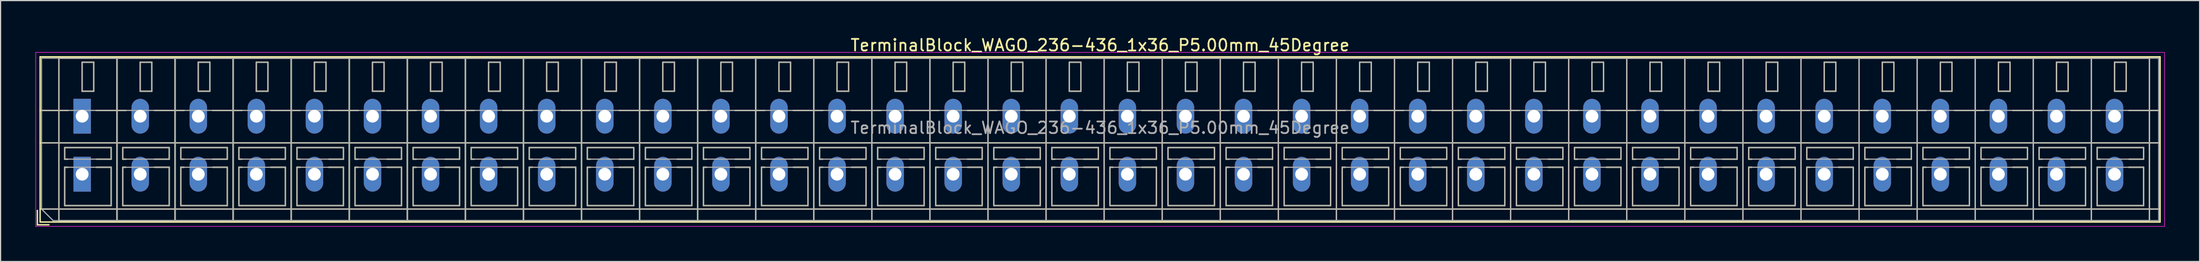
<source format=kicad_pcb>
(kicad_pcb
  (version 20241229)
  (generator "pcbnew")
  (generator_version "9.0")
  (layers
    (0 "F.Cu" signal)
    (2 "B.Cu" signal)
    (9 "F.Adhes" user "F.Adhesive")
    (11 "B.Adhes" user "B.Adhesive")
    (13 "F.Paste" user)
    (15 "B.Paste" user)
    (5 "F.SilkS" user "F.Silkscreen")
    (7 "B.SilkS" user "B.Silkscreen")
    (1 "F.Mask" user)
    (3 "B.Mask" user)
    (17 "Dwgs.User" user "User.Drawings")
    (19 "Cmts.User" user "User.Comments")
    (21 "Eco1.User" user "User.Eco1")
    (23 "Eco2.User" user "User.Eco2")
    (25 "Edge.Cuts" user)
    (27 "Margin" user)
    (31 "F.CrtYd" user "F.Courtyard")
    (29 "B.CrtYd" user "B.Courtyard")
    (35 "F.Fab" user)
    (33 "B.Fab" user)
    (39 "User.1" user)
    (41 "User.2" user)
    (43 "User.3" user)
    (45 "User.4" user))
  (footprint "TerminalBlock_WAGO_236-436_1x36_P5.00mm_45Degree"
    (layer "F.Cu")
    (at 4.025 6.968)
    (property "Reference" "TerminalBlock_WAGO_236-436_1x36_P5.00mm_45Degree" (at 87.65 -6.12 0) (layer "F.SilkS") (effects (font (size 1 1) (thickness 0.15))))
    (attr through_hole)
    (fp_line (start -3.86 8.12) (end -3.86 9.36) (stroke (width 0.12) (type solid)) (layer "F.SilkS"))
    (fp_line (start -3.86 9.36) (end -2.86 9.36) (stroke (width 0.12) (type solid)) (layer "F.SilkS"))
    (fp_line (start -3.62 -5.12) (end -3.62 9.12) (stroke (width 0.12) (type solid)) (layer "F.SilkS"))
    (fp_line (start -3.62 -5.12) (end 178.92 -5.12) (stroke (width 0.12) (type solid)) (layer "F.SilkS"))
    (fp_line (start -3.62 -0.5) (end -1.23 -0.5) (stroke (width 0.12) (type solid)) (layer "F.SilkS"))
    (fp_line (start -3.62 2.3) (end 178.92 2.3) (stroke (width 0.12) (type solid)) (layer "F.SilkS"))
    (fp_line (start -3.62 8) (end 178.92 8) (stroke (width 0.12) (type solid)) (layer "F.SilkS"))
    (fp_line (start -3.62 9.12) (end 178.92 9.12) (stroke (width 0.12) (type solid)) (layer "F.SilkS"))
    (fp_line (start -2 -5) (end -2 9) (stroke (width 0.12) (type solid)) (layer "F.SilkS"))
    (fp_line (start -2 -5) (end 3 -5) (stroke (width 0.12) (type solid)) (layer "F.SilkS"))
    (fp_line (start -2 9) (end 3 9) (stroke (width 0.12) (type solid)) (layer "F.SilkS"))
    (fp_line (start -1.5 2.7) (end -1.5 3.7) (stroke (width 0.12) (type solid)) (layer "F.SilkS"))
    (fp_line (start -1.5 2.7) (end 2.5 2.7) (stroke (width 0.12) (type solid)) (layer "F.SilkS"))
    (fp_line (start -1.5 3.7) (end -1.23 3.7) (stroke (width 0.12) (type solid)) (layer "F.SilkS"))
    (fp_line (start -1.5 4.4) (end -1.5 7.7) (stroke (width 0.12) (type solid)) (layer "F.SilkS"))
    (fp_line (start -1.5 4.4) (end -1.23 4.4) (stroke (width 0.12) (type solid)) (layer "F.SilkS"))
    (fp_line (start -1.5 7.7) (end 2.5 7.7) (stroke (width 0.12) (type solid)) (layer "F.SilkS"))
    (fp_line (start 0 -4.65) (end 0 -2.151) (stroke (width 0.12) (type solid)) (layer "F.SilkS"))
    (fp_line (start 0 -4.65) (end 1 -4.65) (stroke (width 0.12) (type solid)) (layer "F.SilkS"))
    (fp_line (start 0 -2.151) (end 1 -2.151) (stroke (width 0.12) (type solid)) (layer "F.SilkS"))
    (fp_line (start 1 -4.65) (end 1 -2.151) (stroke (width 0.12) (type solid)) (layer "F.SilkS"))
    (fp_line (start 1.23 -0.5) (end 3.77 -0.5) (stroke (width 0.12) (type solid)) (layer "F.SilkS"))
    (fp_line (start 1.23 3.7) (end 2.5 3.7) (stroke (width 0.12) (type solid)) (layer "F.SilkS"))
    (fp_line (start 1.23 4.4) (end 2.5 4.4) (stroke (width 0.12) (type solid)) (layer "F.SilkS"))
    (fp_line (start 2.5 2.7) (end 2.5 3.7) (stroke (width 0.12) (type solid)) (layer "F.SilkS"))
    (fp_line (start 2.5 4.4) (end 2.5 7.7) (stroke (width 0.12) (type solid)) (layer "F.SilkS"))
    (fp_line (start 3 -5) (end 3 9) (stroke (width 0.12) (type solid)) (layer "F.SilkS"))
    (fp_line (start 3 -5) (end 3 9) (stroke (width 0.12) (type solid)) (layer "F.SilkS"))
    (fp_line (start 3 -5) (end 8 -5) (stroke (width 0.12) (type solid)) (layer "F.SilkS"))
    (fp_line (start 3 9) (end 8 9) (stroke (width 0.12) (type solid)) (layer "F.SilkS"))
    (fp_line (start 3.5 2.7) (end 3.5 3.7) (stroke (width 0.12) (type solid)) (layer "F.SilkS"))
    (fp_line (start 3.5 2.7) (end 7.5 2.7) (stroke (width 0.12) (type solid)) (layer "F.SilkS"))
    (fp_line (start 3.5 3.7) (end 3.77 3.7) (stroke (width 0.12) (type solid)) (layer "F.SilkS"))
    (fp_line (start 3.5 4.4) (end 3.5 7.7) (stroke (width 0.12) (type solid)) (layer "F.SilkS"))
    (fp_line (start 3.5 4.4) (end 3.77 4.4) (stroke (width 0.12) (type solid)) (layer "F.SilkS"))
    (fp_line (start 3.5 7.7) (end 7.5 7.7) (stroke (width 0.12) (type solid)) (layer "F.SilkS"))
    (fp_line (start 5 -4.65) (end 5 -2.151) (stroke (width 0.12) (type solid)) (layer "F.SilkS"))
    (fp_line (start 5 -4.65) (end 6 -4.65) (stroke (width 0.12) (type solid)) (layer "F.SilkS"))
    (fp_line (start 5 -2.151) (end 6 -2.151) (stroke (width 0.12) (type solid)) (layer "F.SilkS"))
    (fp_line (start 6 -4.65) (end 6 -2.151) (stroke (width 0.12) (type solid)) (layer "F.SilkS"))
    (fp_line (start 6.23 -0.5) (end 8.77 -0.5) (stroke (width 0.12) (type solid)) (layer "F.SilkS"))
    (fp_line (start 6.23 3.7) (end 7.5 3.7) (stroke (width 0.12) (type solid)) (layer "F.SilkS"))
    (fp_line (start 6.23 4.4) (end 7.5 4.4) (stroke (width 0.12) (type solid)) (layer "F.SilkS"))
    (fp_line (start 7.5 2.7) (end 7.5 3.7) (stroke (width 0.12) (type solid)) (layer "F.SilkS"))
    (fp_line (start 7.5 4.4) (end 7.5 7.7) (stroke (width 0.12) (type solid)) (layer "F.SilkS"))
    (fp_line (start 8 -5) (end 8 9) (stroke (width 0.12) (type solid)) (layer "F.SilkS"))
    (fp_line (start 8 -5) (end 8 9) (stroke (width 0.12) (type solid)) (layer "F.SilkS"))
    (fp_line (start 8 -5) (end 13 -5) (stroke (width 0.12) (type solid)) (layer "F.SilkS"))
    (fp_line (start 8 9) (end 13 9) (stroke (width 0.12) (type solid)) (layer "F.SilkS"))
    (fp_line (start 8.5 2.7) (end 8.5 3.7) (stroke (width 0.12) (type solid)) (layer "F.SilkS"))
    (fp_line (start 8.5 2.7) (end 12.5 2.7) (stroke (width 0.12) (type solid)) (layer "F.SilkS"))
    (fp_line (start 8.5 3.7) (end 8.77 3.7) (stroke (width 0.12) (type solid)) (layer "F.SilkS"))
    (fp_line (start 8.5 4.4) (end 8.5 7.7) (stroke (width 0.12) (type solid)) (layer "F.SilkS"))
    (fp_line (start 8.5 4.4) (end 8.77 4.4) (stroke (width 0.12) (type solid)) (layer "F.SilkS"))
    (fp_line (start 8.5 7.7) (end 12.5 7.7) (stroke (width 0.12) (type solid)) (layer "F.SilkS"))
    (fp_line (start 10 -4.65) (end 10 -2.151) (stroke (width 0.12) (type solid)) (layer "F.SilkS"))
    (fp_line (start 10 -4.65) (end 11 -4.65) (stroke (width 0.12) (type solid)) (layer "F.SilkS"))
    (fp_line (start 10 -2.151) (end 11 -2.151) (stroke (width 0.12) (type solid)) (layer "F.SilkS"))
    (fp_line (start 11 -4.65) (end 11 -2.151) (stroke (width 0.12) (type solid)) (layer "F.SilkS"))
    (fp_line (start 11.23 -0.5) (end 13.77 -0.5) (stroke (width 0.12) (type solid)) (layer "F.SilkS"))
    (fp_line (start 11.23 3.7) (end 12.5 3.7) (stroke (width 0.12) (type solid)) (layer "F.SilkS"))
    (fp_line (start 11.23 4.4) (end 12.5 4.4) (stroke (width 0.12) (type solid)) (layer "F.SilkS"))
    (fp_line (start 12.5 2.7) (end 12.5 3.7) (stroke (width 0.12) (type solid)) (layer "F.SilkS"))
    (fp_line (start 12.5 4.4) (end 12.5 7.7) (stroke (width 0.12) (type solid)) (layer "F.SilkS"))
    (fp_line (start 13 -5) (end 13 9) (stroke (width 0.12) (type solid)) (layer "F.SilkS"))
    (fp_line (start 13 -5) (end 13 9) (stroke (width 0.12) (type solid)) (layer "F.SilkS"))
    (fp_line (start 13 -5) (end 18 -5) (stroke (width 0.12) (type solid)) (layer "F.SilkS"))
    (fp_line (start 13 9) (end 18 9) (stroke (width 0.12) (type solid)) (layer "F.SilkS"))
    (fp_line (start 13.5 2.7) (end 13.5 3.7) (stroke (width 0.12) (type solid)) (layer "F.SilkS"))
    (fp_line (start 13.5 2.7) (end 17.5 2.7) (stroke (width 0.12) (type solid)) (layer "F.SilkS"))
    (fp_line (start 13.5 3.7) (end 13.77 3.7) (stroke (width 0.12) (type solid)) (layer "F.SilkS"))
    (fp_line (start 13.5 4.4) (end 13.5 7.7) (stroke (width 0.12) (type solid)) (layer "F.SilkS"))
    (fp_line (start 13.5 4.4) (end 13.77 4.4) (stroke (width 0.12) (type solid)) (layer "F.SilkS"))
    (fp_line (start 13.5 7.7) (end 17.5 7.7) (stroke (width 0.12) (type solid)) (layer "F.SilkS"))
    (fp_line (start 15 -4.65) (end 15 -2.151) (stroke (width 0.12) (type solid)) (layer "F.SilkS"))
    (fp_line (start 15 -4.65) (end 16 -4.65) (stroke (width 0.12) (type solid)) (layer "F.SilkS"))
    (fp_line (start 15 -2.151) (end 16 -2.151) (stroke (width 0.12) (type solid)) (layer "F.SilkS"))
    (fp_line (start 16 -4.65) (end 16 -2.151) (stroke (width 0.12) (type solid)) (layer "F.SilkS"))
    (fp_line (start 16.23 -0.5) (end 18.77 -0.5) (stroke (width 0.12) (type solid)) (layer "F.SilkS"))
    (fp_line (start 16.23 3.7) (end 17.5 3.7) (stroke (width 0.12) (type solid)) (layer "F.SilkS"))
    (fp_line (start 16.23 4.4) (end 17.5 4.4) (stroke (width 0.12) (type solid)) (layer "F.SilkS"))
    (fp_line (start 17.5 2.7) (end 17.5 3.7) (stroke (width 0.12) (type solid)) (layer "F.SilkS"))
    (fp_line (start 17.5 4.4) (end 17.5 7.7) (stroke (width 0.12) (type solid)) (layer "F.SilkS"))
    (fp_line (start 18 -5) (end 18 9) (stroke (width 0.12) (type solid)) (layer "F.SilkS"))
    (fp_line (start 18 -5) (end 18 9) (stroke (width 0.12) (type solid)) (layer "F.SilkS"))
    (fp_line (start 18 -5) (end 23 -5) (stroke (width 0.12) (type solid)) (layer "F.SilkS"))
    (fp_line (start 18 9) (end 23 9) (stroke (width 0.12) (type solid)) (layer "F.SilkS"))
    (fp_line (start 18.5 2.7) (end 18.5 3.7) (stroke (width 0.12) (type solid)) (layer "F.SilkS"))
    (fp_line (start 18.5 2.7) (end 22.5 2.7) (stroke (width 0.12) (type solid)) (layer "F.SilkS"))
    (fp_line (start 18.5 3.7) (end 18.77 3.7) (stroke (width 0.12) (type solid)) (layer "F.SilkS"))
    (fp_line (start 18.5 4.4) (end 18.5 7.7) (stroke (width 0.12) (type solid)) (layer "F.SilkS"))
    (fp_line (start 18.5 4.4) (end 18.77 4.4) (stroke (width 0.12) (type solid)) (layer "F.SilkS"))
    (fp_line (start 18.5 7.7) (end 22.5 7.7) (stroke (width 0.12) (type solid)) (layer "F.SilkS"))
    (fp_line (start 20 -4.65) (end 20 -2.151) (stroke (width 0.12) (type solid)) (layer "F.SilkS"))
    (fp_line (start 20 -4.65) (end 21 -4.65) (stroke (width 0.12) (type solid)) (layer "F.SilkS"))
    (fp_line (start 20 -2.151) (end 21 -2.151) (stroke (width 0.12) (type solid)) (layer "F.SilkS"))
    (fp_line (start 21 -4.65) (end 21 -2.151) (stroke (width 0.12) (type solid)) (layer "F.SilkS"))
    (fp_line (start 21.23 -0.5) (end 23.77 -0.5) (stroke (width 0.12) (type solid)) (layer "F.SilkS"))
    (fp_line (start 21.23 3.7) (end 22.5 3.7) (stroke (width 0.12) (type solid)) (layer "F.SilkS"))
    (fp_line (start 21.23 4.4) (end 22.5 4.4) (stroke (width 0.12) (type solid)) (layer "F.SilkS"))
    (fp_line (start 22.5 2.7) (end 22.5 3.7) (stroke (width 0.12) (type solid)) (layer "F.SilkS"))
    (fp_line (start 22.5 4.4) (end 22.5 7.7) (stroke (width 0.12) (type solid)) (layer "F.SilkS"))
    (fp_line (start 23 -5) (end 23 9) (stroke (width 0.12) (type solid)) (layer "F.SilkS"))
    (fp_line (start 23 -5) (end 23 9) (stroke (width 0.12) (type solid)) (layer "F.SilkS"))
    (fp_line (start 23 -5) (end 28 -5) (stroke (width 0.12) (type solid)) (layer "F.SilkS"))
    (fp_line (start 23 9) (end 28 9) (stroke (width 0.12) (type solid)) (layer "F.SilkS"))
    (fp_line (start 23.5 2.7) (end 23.5 3.7) (stroke (width 0.12) (type solid)) (layer "F.SilkS"))
    (fp_line (start 23.5 2.7) (end 27.5 2.7) (stroke (width 0.12) (type solid)) (layer "F.SilkS"))
    (fp_line (start 23.5 3.7) (end 23.77 3.7) (stroke (width 0.12) (type solid)) (layer "F.SilkS"))
    (fp_line (start 23.5 4.4) (end 23.5 7.7) (stroke (width 0.12) (type solid)) (layer "F.SilkS"))
    (fp_line (start 23.5 4.4) (end 23.77 4.4) (stroke (width 0.12) (type solid)) (layer "F.SilkS"))
    (fp_line (start 23.5 7.7) (end 27.5 7.7) (stroke (width 0.12) (type solid)) (layer "F.SilkS"))
    (fp_line (start 25 -4.65) (end 25 -2.151) (stroke (width 0.12) (type solid)) (layer "F.SilkS"))
    (fp_line (start 25 -4.65) (end 26 -4.65) (stroke (width 0.12) (type solid)) (layer "F.SilkS"))
    (fp_line (start 25 -2.151) (end 26 -2.151) (stroke (width 0.12) (type solid)) (layer "F.SilkS"))
    (fp_line (start 26 -4.65) (end 26 -2.151) (stroke (width 0.12) (type solid)) (layer "F.SilkS"))
    (fp_line (start 26.23 -0.5) (end 28.77 -0.5) (stroke (width 0.12) (type solid)) (layer "F.SilkS"))
    (fp_line (start 26.23 3.7) (end 27.5 3.7) (stroke (width 0.12) (type solid)) (layer "F.SilkS"))
    (fp_line (start 26.23 4.4) (end 27.5 4.4) (stroke (width 0.12) (type solid)) (layer "F.SilkS"))
    (fp_line (start 27.5 2.7) (end 27.5 3.7) (stroke (width 0.12) (type solid)) (layer "F.SilkS"))
    (fp_line (start 27.5 4.4) (end 27.5 7.7) (stroke (width 0.12) (type solid)) (layer "F.SilkS"))
    (fp_line (start 28 -5) (end 28 9) (stroke (width 0.12) (type solid)) (layer "F.SilkS"))
    (fp_line (start 28 -5) (end 28 9) (stroke (width 0.12) (type solid)) (layer "F.SilkS"))
    (fp_line (start 28 -5) (end 33 -5) (stroke (width 0.12) (type solid)) (layer "F.SilkS"))
    (fp_line (start 28 9) (end 33 9) (stroke (width 0.12) (type solid)) (layer "F.SilkS"))
    (fp_line (start 28.5 2.7) (end 28.5 3.7) (stroke (width 0.12) (type solid)) (layer "F.SilkS"))
    (fp_line (start 28.5 2.7) (end 32.5 2.7) (stroke (width 0.12) (type solid)) (layer "F.SilkS"))
    (fp_line (start 28.5 3.7) (end 28.77 3.7) (stroke (width 0.12) (type solid)) (layer "F.SilkS"))
    (fp_line (start 28.5 4.4) (end 28.5 7.7) (stroke (width 0.12) (type solid)) (layer "F.SilkS"))
    (fp_line (start 28.5 4.4) (end 28.77 4.4) (stroke (width 0.12) (type solid)) (layer "F.SilkS"))
    (fp_line (start 28.5 7.7) (end 32.5 7.7) (stroke (width 0.12) (type solid)) (layer "F.SilkS"))
    (fp_line (start 30 -4.65) (end 30 -2.151) (stroke (width 0.12) (type solid)) (layer "F.SilkS"))
    (fp_line (start 30 -4.65) (end 31 -4.65) (stroke (width 0.12) (type solid)) (layer "F.SilkS"))
    (fp_line (start 30 -2.151) (end 31 -2.151) (stroke (width 0.12) (type solid)) (layer "F.SilkS"))
    (fp_line (start 31 -4.65) (end 31 -2.151) (stroke (width 0.12) (type solid)) (layer "F.SilkS"))
    (fp_line (start 31.23 -0.5) (end 33.77 -0.5) (stroke (width 0.12) (type solid)) (layer "F.SilkS"))
    (fp_line (start 31.23 3.7) (end 32.5 3.7) (stroke (width 0.12) (type solid)) (layer "F.SilkS"))
    (fp_line (start 31.23 4.4) (end 32.5 4.4) (stroke (width 0.12) (type solid)) (layer "F.SilkS"))
    (fp_line (start 32.5 2.7) (end 32.5 3.7) (stroke (width 0.12) (type solid)) (layer "F.SilkS"))
    (fp_line (start 32.5 4.4) (end 32.5 7.7) (stroke (width 0.12) (type solid)) (layer "F.SilkS"))
    (fp_line (start 33 -5) (end 33 9) (stroke (width 0.12) (type solid)) (layer "F.SilkS"))
    (fp_line (start 33 -5) (end 33 9) (stroke (width 0.12) (type solid)) (layer "F.SilkS"))
    (fp_line (start 33 -5) (end 38 -5) (stroke (width 0.12) (type solid)) (layer "F.SilkS"))
    (fp_line (start 33 9) (end 38 9) (stroke (width 0.12) (type solid)) (layer "F.SilkS"))
    (fp_line (start 33.5 2.7) (end 33.5 3.7) (stroke (width 0.12) (type solid)) (layer "F.SilkS"))
    (fp_line (start 33.5 2.7) (end 37.5 2.7) (stroke (width 0.12) (type solid)) (layer "F.SilkS"))
    (fp_line (start 33.5 3.7) (end 33.77 3.7) (stroke (width 0.12) (type solid)) (layer "F.SilkS"))
    (fp_line (start 33.5 4.4) (end 33.5 7.7) (stroke (width 0.12) (type solid)) (layer "F.SilkS"))
    (fp_line (start 33.5 4.4) (end 33.77 4.4) (stroke (width 0.12) (type solid)) (layer "F.SilkS"))
    (fp_line (start 33.5 7.7) (end 37.5 7.7) (stroke (width 0.12) (type solid)) (layer "F.SilkS"))
    (fp_line (start 35 -4.65) (end 35 -2.151) (stroke (width 0.12) (type solid)) (layer "F.SilkS"))
    (fp_line (start 35 -4.65) (end 36 -4.65) (stroke (width 0.12) (type solid)) (layer "F.SilkS"))
    (fp_line (start 35 -2.151) (end 36 -2.151) (stroke (width 0.12) (type solid)) (layer "F.SilkS"))
    (fp_line (start 36 -4.65) (end 36 -2.151) (stroke (width 0.12) (type solid)) (layer "F.SilkS"))
    (fp_line (start 36.23 -0.5) (end 38.77 -0.5) (stroke (width 0.12) (type solid)) (layer "F.SilkS"))
    (fp_line (start 36.23 3.7) (end 37.5 3.7) (stroke (width 0.12) (type solid)) (layer "F.SilkS"))
    (fp_line (start 36.23 4.4) (end 37.5 4.4) (stroke (width 0.12) (type solid)) (layer "F.SilkS"))
    (fp_line (start 37.5 2.7) (end 37.5 3.7) (stroke (width 0.12) (type solid)) (layer "F.SilkS"))
    (fp_line (start 37.5 4.4) (end 37.5 7.7) (stroke (width 0.12) (type solid)) (layer "F.SilkS"))
    (fp_line (start 38 -5) (end 38 9) (stroke (width 0.12) (type solid)) (layer "F.SilkS"))
    (fp_line (start 38 -5) (end 38 9) (stroke (width 0.12) (type solid)) (layer "F.SilkS"))
    (fp_line (start 38 -5) (end 43 -5) (stroke (width 0.12) (type solid)) (layer "F.SilkS"))
    (fp_line (start 38 9) (end 43 9) (stroke (width 0.12) (type solid)) (layer "F.SilkS"))
    (fp_line (start 38.5 2.7) (end 38.5 3.7) (stroke (width 0.12) (type solid)) (layer "F.SilkS"))
    (fp_line (start 38.5 2.7) (end 42.5 2.7) (stroke (width 0.12) (type solid)) (layer "F.SilkS"))
    (fp_line (start 38.5 3.7) (end 38.77 3.7) (stroke (width 0.12) (type solid)) (layer "F.SilkS"))
    (fp_line (start 38.5 4.4) (end 38.5 7.7) (stroke (width 0.12) (type solid)) (layer "F.SilkS"))
    (fp_line (start 38.5 4.4) (end 38.77 4.4) (stroke (width 0.12) (type solid)) (layer "F.SilkS"))
    (fp_line (start 38.5 7.7) (end 42.5 7.7) (stroke (width 0.12) (type solid)) (layer "F.SilkS"))
    (fp_line (start 40 -4.65) (end 40 -2.151) (stroke (width 0.12) (type solid)) (layer "F.SilkS"))
    (fp_line (start 40 -4.65) (end 41 -4.65) (stroke (width 0.12) (type solid)) (layer "F.SilkS"))
    (fp_line (start 40 -2.151) (end 41 -2.151) (stroke (width 0.12) (type solid)) (layer "F.SilkS"))
    (fp_line (start 41 -4.65) (end 41 -2.151) (stroke (width 0.12) (type solid)) (layer "F.SilkS"))
    (fp_line (start 41.23 -0.5) (end 43.77 -0.5) (stroke (width 0.12) (type solid)) (layer "F.SilkS"))
    (fp_line (start 41.23 3.7) (end 42.5 3.7) (stroke (width 0.12) (type solid)) (layer "F.SilkS"))
    (fp_line (start 41.23 4.4) (end 42.5 4.4) (stroke (width 0.12) (type solid)) (layer "F.SilkS"))
    (fp_line (start 42.5 2.7) (end 42.5 3.7) (stroke (width 0.12) (type solid)) (layer "F.SilkS"))
    (fp_line (start 42.5 4.4) (end 42.5 7.7) (stroke (width 0.12) (type solid)) (layer "F.SilkS"))
    (fp_line (start 43 -5) (end 43 9) (stroke (width 0.12) (type solid)) (layer "F.SilkS"))
    (fp_line (start 43 -5) (end 43 9) (stroke (width 0.12) (type solid)) (layer "F.SilkS"))
    (fp_line (start 43 -5) (end 48 -5) (stroke (width 0.12) (type solid)) (layer "F.SilkS"))
    (fp_line (start 43 9) (end 48 9) (stroke (width 0.12) (type solid)) (layer "F.SilkS"))
    (fp_line (start 43.5 2.7) (end 43.5 3.7) (stroke (width 0.12) (type solid)) (layer "F.SilkS"))
    (fp_line (start 43.5 2.7) (end 47.5 2.7) (stroke (width 0.12) (type solid)) (layer "F.SilkS"))
    (fp_line (start 43.5 3.7) (end 43.77 3.7) (stroke (width 0.12) (type solid)) (layer "F.SilkS"))
    (fp_line (start 43.5 4.4) (end 43.5 7.7) (stroke (width 0.12) (type solid)) (layer "F.SilkS"))
    (fp_line (start 43.5 4.4) (end 43.77 4.4) (stroke (width 0.12) (type solid)) (layer "F.SilkS"))
    (fp_line (start 43.5 7.7) (end 47.5 7.7) (stroke (width 0.12) (type solid)) (layer "F.SilkS"))
    (fp_line (start 45 -4.65) (end 45 -2.151) (stroke (width 0.12) (type solid)) (layer "F.SilkS"))
    (fp_line (start 45 -4.65) (end 46 -4.65) (stroke (width 0.12) (type solid)) (layer "F.SilkS"))
    (fp_line (start 45 -2.151) (end 46 -2.151) (stroke (width 0.12) (type solid)) (layer "F.SilkS"))
    (fp_line (start 46 -4.65) (end 46 -2.151) (stroke (width 0.12) (type solid)) (layer "F.SilkS"))
    (fp_line (start 46.23 -0.5) (end 48.77 -0.5) (stroke (width 0.12) (type solid)) (layer "F.SilkS"))
    (fp_line (start 46.23 3.7) (end 47.5 3.7) (stroke (width 0.12) (type solid)) (layer "F.SilkS"))
    (fp_line (start 46.23 4.4) (end 47.5 4.4) (stroke (width 0.12) (type solid)) (layer "F.SilkS"))
    (fp_line (start 47.5 2.7) (end 47.5 3.7) (stroke (width 0.12) (type solid)) (layer "F.SilkS"))
    (fp_line (start 47.5 4.4) (end 47.5 7.7) (stroke (width 0.12) (type solid)) (layer "F.SilkS"))
    (fp_line (start 48 -5) (end 48 9) (stroke (width 0.12) (type solid)) (layer "F.SilkS"))
    (fp_line (start 48 -5) (end 48 9) (stroke (width 0.12) (type solid)) (layer "F.SilkS"))
    (fp_line (start 48 -5) (end 53 -5) (stroke (width 0.12) (type solid)) (layer "F.SilkS"))
    (fp_line (start 48 9) (end 53 9) (stroke (width 0.12) (type solid)) (layer "F.SilkS"))
    (fp_line (start 48.5 2.7) (end 48.5 3.7) (stroke (width 0.12) (type solid)) (layer "F.SilkS"))
    (fp_line (start 48.5 2.7) (end 52.5 2.7) (stroke (width 0.12) (type solid)) (layer "F.SilkS"))
    (fp_line (start 48.5 3.7) (end 48.77 3.7) (stroke (width 0.12) (type solid)) (layer "F.SilkS"))
    (fp_line (start 48.5 4.4) (end 48.5 7.7) (stroke (width 0.12) (type solid)) (layer "F.SilkS"))
    (fp_line (start 48.5 4.4) (end 48.77 4.4) (stroke (width 0.12) (type solid)) (layer "F.SilkS"))
    (fp_line (start 48.5 7.7) (end 52.5 7.7) (stroke (width 0.12) (type solid)) (layer "F.SilkS"))
    (fp_line (start 50 -4.65) (end 50 -2.151) (stroke (width 0.12) (type solid)) (layer "F.SilkS"))
    (fp_line (start 50 -4.65) (end 51 -4.65) (stroke (width 0.12) (type solid)) (layer "F.SilkS"))
    (fp_line (start 50 -2.151) (end 51 -2.151) (stroke (width 0.12) (type solid)) (layer "F.SilkS"))
    (fp_line (start 51 -4.65) (end 51 -2.151) (stroke (width 0.12) (type solid)) (layer "F.SilkS"))
    (fp_line (start 51.23 -0.5) (end 53.77 -0.5) (stroke (width 0.12) (type solid)) (layer "F.SilkS"))
    (fp_line (start 51.23 3.7) (end 52.5 3.7) (stroke (width 0.12) (type solid)) (layer "F.SilkS"))
    (fp_line (start 51.23 4.4) (end 52.5 4.4) (stroke (width 0.12) (type solid)) (layer "F.SilkS"))
    (fp_line (start 52.5 2.7) (end 52.5 3.7) (stroke (width 0.12) (type solid)) (layer "F.SilkS"))
    (fp_line (start 52.5 4.4) (end 52.5 7.7) (stroke (width 0.12) (type solid)) (layer "F.SilkS"))
    (fp_line (start 53 -5) (end 53 9) (stroke (width 0.12) (type solid)) (layer "F.SilkS"))
    (fp_line (start 53 -5) (end 53 9) (stroke (width 0.12) (type solid)) (layer "F.SilkS"))
    (fp_line (start 53 -5) (end 58 -5) (stroke (width 0.12) (type solid)) (layer "F.SilkS"))
    (fp_line (start 53 9) (end 58 9) (stroke (width 0.12) (type solid)) (layer "F.SilkS"))
    (fp_line (start 53.5 2.7) (end 53.5 3.7) (stroke (width 0.12) (type solid)) (layer "F.SilkS"))
    (fp_line (start 53.5 2.7) (end 57.5 2.7) (stroke (width 0.12) (type solid)) (layer "F.SilkS"))
    (fp_line (start 53.5 3.7) (end 53.77 3.7) (stroke (width 0.12) (type solid)) (layer "F.SilkS"))
    (fp_line (start 53.5 4.4) (end 53.5 7.7) (stroke (width 0.12) (type solid)) (layer "F.SilkS"))
    (fp_line (start 53.5 4.4) (end 53.77 4.4) (stroke (width 0.12) (type solid)) (layer "F.SilkS"))
    (fp_line (start 53.5 7.7) (end 57.5 7.7) (stroke (width 0.12) (type solid)) (layer "F.SilkS"))
    (fp_line (start 55 -4.65) (end 55 -2.151) (stroke (width 0.12) (type solid)) (layer "F.SilkS"))
    (fp_line (start 55 -4.65) (end 56 -4.65) (stroke (width 0.12) (type solid)) (layer "F.SilkS"))
    (fp_line (start 55 -2.151) (end 56 -2.151) (stroke (width 0.12) (type solid)) (layer "F.SilkS"))
    (fp_line (start 56 -4.65) (end 56 -2.151) (stroke (width 0.12) (type solid)) (layer "F.SilkS"))
    (fp_line (start 56.23 -0.5) (end 58.77 -0.5) (stroke (width 0.12) (type solid)) (layer "F.SilkS"))
    (fp_line (start 56.23 3.7) (end 57.5 3.7) (stroke (width 0.12) (type solid)) (layer "F.SilkS"))
    (fp_line (start 56.23 4.4) (end 57.5 4.4) (stroke (width 0.12) (type solid)) (layer "F.SilkS"))
    (fp_line (start 57.5 2.7) (end 57.5 3.7) (stroke (width 0.12) (type solid)) (layer "F.SilkS"))
    (fp_line (start 57.5 4.4) (end 57.5 7.7) (stroke (width 0.12) (type solid)) (layer "F.SilkS"))
    (fp_line (start 58 -5) (end 58 9) (stroke (width 0.12) (type solid)) (layer "F.SilkS"))
    (fp_line (start 58 -5) (end 58 9) (stroke (width 0.12) (type solid)) (layer "F.SilkS"))
    (fp_line (start 58 -5) (end 63 -5) (stroke (width 0.12) (type solid)) (layer "F.SilkS"))
    (fp_line (start 58 9) (end 63 9) (stroke (width 0.12) (type solid)) (layer "F.SilkS"))
    (fp_line (start 58.5 2.7) (end 58.5 3.7) (stroke (width 0.12) (type solid)) (layer "F.SilkS"))
    (fp_line (start 58.5 2.7) (end 62.5 2.7) (stroke (width 0.12) (type solid)) (layer "F.SilkS"))
    (fp_line (start 58.5 3.7) (end 58.77 3.7) (stroke (width 0.12) (type solid)) (layer "F.SilkS"))
    (fp_line (start 58.5 4.4) (end 58.5 7.7) (stroke (width 0.12) (type solid)) (layer "F.SilkS"))
    (fp_line (start 58.5 4.4) (end 58.77 4.4) (stroke (width 0.12) (type solid)) (layer "F.SilkS"))
    (fp_line (start 58.5 7.7) (end 62.5 7.7) (stroke (width 0.12) (type solid)) (layer "F.SilkS"))
    (fp_line (start 60 -4.65) (end 60 -2.151) (stroke (width 0.12) (type solid)) (layer "F.SilkS"))
    (fp_line (start 60 -4.65) (end 61 -4.65) (stroke (width 0.12) (type solid)) (layer "F.SilkS"))
    (fp_line (start 60 -2.151) (end 61 -2.151) (stroke (width 0.12) (type solid)) (layer "F.SilkS"))
    (fp_line (start 61 -4.65) (end 61 -2.151) (stroke (width 0.12) (type solid)) (layer "F.SilkS"))
    (fp_line (start 61.23 -0.5) (end 63.77 -0.5) (stroke (width 0.12) (type solid)) (layer "F.SilkS"))
    (fp_line (start 61.23 3.7) (end 62.5 3.7) (stroke (width 0.12) (type solid)) (layer "F.SilkS"))
    (fp_line (start 61.23 4.4) (end 62.5 4.4) (stroke (width 0.12) (type solid)) (layer "F.SilkS"))
    (fp_line (start 62.5 2.7) (end 62.5 3.7) (stroke (width 0.12) (type solid)) (layer "F.SilkS"))
    (fp_line (start 62.5 4.4) (end 62.5 7.7) (stroke (width 0.12) (type solid)) (layer "F.SilkS"))
    (fp_line (start 63 -5) (end 63 9) (stroke (width 0.12) (type solid)) (layer "F.SilkS"))
    (fp_line (start 63 -5) (end 63 9) (stroke (width 0.12) (type solid)) (layer "F.SilkS"))
    (fp_line (start 63 -5) (end 68 -5) (stroke (width 0.12) (type solid)) (layer "F.SilkS"))
    (fp_line (start 63 9) (end 68 9) (stroke (width 0.12) (type solid)) (layer "F.SilkS"))
    (fp_line (start 63.5 2.7) (end 63.5 3.7) (stroke (width 0.12) (type solid)) (layer "F.SilkS"))
    (fp_line (start 63.5 2.7) (end 67.5 2.7) (stroke (width 0.12) (type solid)) (layer "F.SilkS"))
    (fp_line (start 63.5 3.7) (end 63.77 3.7) (stroke (width 0.12) (type solid)) (layer "F.SilkS"))
    (fp_line (start 63.5 4.4) (end 63.5 7.7) (stroke (width 0.12) (type solid)) (layer "F.SilkS"))
    (fp_line (start 63.5 4.4) (end 63.77 4.4) (stroke (width 0.12) (type solid)) (layer "F.SilkS"))
    (fp_line (start 63.5 7.7) (end 67.5 7.7) (stroke (width 0.12) (type solid)) (layer "F.SilkS"))
    (fp_line (start 65 -4.65) (end 65 -2.151) (stroke (width 0.12) (type solid)) (layer "F.SilkS"))
    (fp_line (start 65 -4.65) (end 66 -4.65) (stroke (width 0.12) (type solid)) (layer "F.SilkS"))
    (fp_line (start 65 -2.151) (end 66 -2.151) (stroke (width 0.12) (type solid)) (layer "F.SilkS"))
    (fp_line (start 66 -4.65) (end 66 -2.151) (stroke (width 0.12) (type solid)) (layer "F.SilkS"))
    (fp_line (start 66.23 -0.5) (end 68.77 -0.5) (stroke (width 0.12) (type solid)) (layer "F.SilkS"))
    (fp_line (start 66.23 3.7) (end 67.5 3.7) (stroke (width 0.12) (type solid)) (layer "F.SilkS"))
    (fp_line (start 66.23 4.4) (end 67.5 4.4) (stroke (width 0.12) (type solid)) (layer "F.SilkS"))
    (fp_line (start 67.5 2.7) (end 67.5 3.7) (stroke (width 0.12) (type solid)) (layer "F.SilkS"))
    (fp_line (start 67.5 4.4) (end 67.5 7.7) (stroke (width 0.12) (type solid)) (layer "F.SilkS"))
    (fp_line (start 68 -5) (end 68 9) (stroke (width 0.12) (type solid)) (layer "F.SilkS"))
    (fp_line (start 68 -5) (end 68 9) (stroke (width 0.12) (type solid)) (layer "F.SilkS"))
    (fp_line (start 68 -5) (end 73 -5) (stroke (width 0.12) (type solid)) (layer "F.SilkS"))
    (fp_line (start 68 9) (end 73 9) (stroke (width 0.12) (type solid)) (layer "F.SilkS"))
    (fp_line (start 68.5 2.7) (end 68.5 3.7) (stroke (width 0.12) (type solid)) (layer "F.SilkS"))
    (fp_line (start 68.5 2.7) (end 72.5 2.7) (stroke (width 0.12) (type solid)) (layer "F.SilkS"))
    (fp_line (start 68.5 3.7) (end 68.77 3.7) (stroke (width 0.12) (type solid)) (layer "F.SilkS"))
    (fp_line (start 68.5 4.4) (end 68.5 7.7) (stroke (width 0.12) (type solid)) (layer "F.SilkS"))
    (fp_line (start 68.5 4.4) (end 68.77 4.4) (stroke (width 0.12) (type solid)) (layer "F.SilkS"))
    (fp_line (start 68.5 7.7) (end 72.5 7.7) (stroke (width 0.12) (type solid)) (layer "F.SilkS"))
    (fp_line (start 70 -4.65) (end 70 -2.151) (stroke (width 0.12) (type solid)) (layer "F.SilkS"))
    (fp_line (start 70 -4.65) (end 71 -4.65) (stroke (width 0.12) (type solid)) (layer "F.SilkS"))
    (fp_line (start 70 -2.151) (end 71 -2.151) (stroke (width 0.12) (type solid)) (layer "F.SilkS"))
    (fp_line (start 71 -4.65) (end 71 -2.151) (stroke (width 0.12) (type solid)) (layer "F.SilkS"))
    (fp_line (start 71.23 -0.5) (end 73.77 -0.5) (stroke (width 0.12) (type solid)) (layer "F.SilkS"))
    (fp_line (start 71.23 3.7) (end 72.5 3.7) (stroke (width 0.12) (type solid)) (layer "F.SilkS"))
    (fp_line (start 71.23 4.4) (end 72.5 4.4) (stroke (width 0.12) (type solid)) (layer "F.SilkS"))
    (fp_line (start 72.5 2.7) (end 72.5 3.7) (stroke (width 0.12) (type solid)) (layer "F.SilkS"))
    (fp_line (start 72.5 4.4) (end 72.5 7.7) (stroke (width 0.12) (type solid)) (layer "F.SilkS"))
    (fp_line (start 73 -5) (end 73 9) (stroke (width 0.12) (type solid)) (layer "F.SilkS"))
    (fp_line (start 73 -5) (end 73 9) (stroke (width 0.12) (type solid)) (layer "F.SilkS"))
    (fp_line (start 73 -5) (end 78 -5) (stroke (width 0.12) (type solid)) (layer "F.SilkS"))
    (fp_line (start 73 9) (end 78 9) (stroke (width 0.12) (type solid)) (layer "F.SilkS"))
    (fp_line (start 73.5 2.7) (end 73.5 3.7) (stroke (width 0.12) (type solid)) (layer "F.SilkS"))
    (fp_line (start 73.5 2.7) (end 77.5 2.7) (stroke (width 0.12) (type solid)) (layer "F.SilkS"))
    (fp_line (start 73.5 3.7) (end 73.77 3.7) (stroke (width 0.12) (type solid)) (layer "F.SilkS"))
    (fp_line (start 73.5 4.4) (end 73.5 7.7) (stroke (width 0.12) (type solid)) (layer "F.SilkS"))
    (fp_line (start 73.5 4.4) (end 73.77 4.4) (stroke (width 0.12) (type solid)) (layer "F.SilkS"))
    (fp_line (start 73.5 7.7) (end 77.5 7.7) (stroke (width 0.12) (type solid)) (layer "F.SilkS"))
    (fp_line (start 75 -4.65) (end 75 -2.151) (stroke (width 0.12) (type solid)) (layer "F.SilkS"))
    (fp_line (start 75 -4.65) (end 76 -4.65) (stroke (width 0.12) (type solid)) (layer "F.SilkS"))
    (fp_line (start 75 -2.151) (end 76 -2.151) (stroke (width 0.12) (type solid)) (layer "F.SilkS"))
    (fp_line (start 76 -4.65) (end 76 -2.151) (stroke (width 0.12) (type solid)) (layer "F.SilkS"))
    (fp_line (start 76.23 -0.5) (end 78.77 -0.5) (stroke (width 0.12) (type solid)) (layer "F.SilkS"))
    (fp_line (start 76.23 3.7) (end 77.5 3.7) (stroke (width 0.12) (type solid)) (layer "F.SilkS"))
    (fp_line (start 76.23 4.4) (end 77.5 4.4) (stroke (width 0.12) (type solid)) (layer "F.SilkS"))
    (fp_line (start 77.5 2.7) (end 77.5 3.7) (stroke (width 0.12) (type solid)) (layer "F.SilkS"))
    (fp_line (start 77.5 4.4) (end 77.5 7.7) (stroke (width 0.12) (type solid)) (layer "F.SilkS"))
    (fp_line (start 78 -5) (end 78 9) (stroke (width 0.12) (type solid)) (layer "F.SilkS"))
    (fp_line (start 78 -5) (end 78 9) (stroke (width 0.12) (type solid)) (layer "F.SilkS"))
    (fp_line (start 78 -5) (end 83 -5) (stroke (width 0.12) (type solid)) (layer "F.SilkS"))
    (fp_line (start 78 9) (end 83 9) (stroke (width 0.12) (type solid)) (layer "F.SilkS"))
    (fp_line (start 78.5 2.7) (end 78.5 3.7) (stroke (width 0.12) (type solid)) (layer "F.SilkS"))
    (fp_line (start 78.5 2.7) (end 82.5 2.7) (stroke (width 0.12) (type solid)) (layer "F.SilkS"))
    (fp_line (start 78.5 3.7) (end 78.77 3.7) (stroke (width 0.12) (type solid)) (layer "F.SilkS"))
    (fp_line (start 78.5 4.4) (end 78.5 7.7) (stroke (width 0.12) (type solid)) (layer "F.SilkS"))
    (fp_line (start 78.5 4.4) (end 78.77 4.4) (stroke (width 0.12) (type solid)) (layer "F.SilkS"))
    (fp_line (start 78.5 7.7) (end 82.5 7.7) (stroke (width 0.12) (type solid)) (layer "F.SilkS"))
    (fp_line (start 80 -4.65) (end 80 -2.151) (stroke (width 0.12) (type solid)) (layer "F.SilkS"))
    (fp_line (start 80 -4.65) (end 81 -4.65) (stroke (width 0.12) (type solid)) (layer "F.SilkS"))
    (fp_line (start 80 -2.151) (end 81 -2.151) (stroke (width 0.12) (type solid)) (layer "F.SilkS"))
    (fp_line (start 81 -4.65) (end 81 -2.151) (stroke (width 0.12) (type solid)) (layer "F.SilkS"))
    (fp_line (start 81.23 -0.5) (end 83.77 -0.5) (stroke (width 0.12) (type solid)) (layer "F.SilkS"))
    (fp_line (start 81.23 3.7) (end 82.5 3.7) (stroke (width 0.12) (type solid)) (layer "F.SilkS"))
    (fp_line (start 81.23 4.4) (end 82.5 4.4) (stroke (width 0.12) (type solid)) (layer "F.SilkS"))
    (fp_line (start 82.5 2.7) (end 82.5 3.7) (stroke (width 0.12) (type solid)) (layer "F.SilkS"))
    (fp_line (start 82.5 4.4) (end 82.5 7.7) (stroke (width 0.12) (type solid)) (layer "F.SilkS"))
    (fp_line (start 83 -5) (end 83 9) (stroke (width 0.12) (type solid)) (layer "F.SilkS"))
    (fp_line (start 83 -5) (end 83 9) (stroke (width 0.12) (type solid)) (layer "F.SilkS"))
    (fp_line (start 83 -5) (end 88 -5) (stroke (width 0.12) (type solid)) (layer "F.SilkS"))
    (fp_line (start 83 9) (end 88 9) (stroke (width 0.12) (type solid)) (layer "F.SilkS"))
    (fp_line (start 83.5 2.7) (end 83.5 3.7) (stroke (width 0.12) (type solid)) (layer "F.SilkS"))
    (fp_line (start 83.5 2.7) (end 87.5 2.7) (stroke (width 0.12) (type solid)) (layer "F.SilkS"))
    (fp_line (start 83.5 3.7) (end 83.77 3.7) (stroke (width 0.12) (type solid)) (layer "F.SilkS"))
    (fp_line (start 83.5 4.4) (end 83.5 7.7) (stroke (width 0.12) (type solid)) (layer "F.SilkS"))
    (fp_line (start 83.5 4.4) (end 83.77 4.4) (stroke (width 0.12) (type solid)) (layer "F.SilkS"))
    (fp_line (start 83.5 7.7) (end 87.5 7.7) (stroke (width 0.12) (type solid)) (layer "F.SilkS"))
    (fp_line (start 85 -4.65) (end 85 -2.151) (stroke (width 0.12) (type solid)) (layer "F.SilkS"))
    (fp_line (start 85 -4.65) (end 86 -4.65) (stroke (width 0.12) (type solid)) (layer "F.SilkS"))
    (fp_line (start 85 -2.151) (end 86 -2.151) (stroke (width 0.12) (type solid)) (layer "F.SilkS"))
    (fp_line (start 86 -4.65) (end 86 -2.151) (stroke (width 0.12) (type solid)) (layer "F.SilkS"))
    (fp_line (start 86.23 -0.5) (end 88.77 -0.5) (stroke (width 0.12) (type solid)) (layer "F.SilkS"))
    (fp_line (start 86.23 3.7) (end 87.5 3.7) (stroke (width 0.12) (type solid)) (layer "F.SilkS"))
    (fp_line (start 86.23 4.4) (end 87.5 4.4) (stroke (width 0.12) (type solid)) (layer "F.SilkS"))
    (fp_line (start 87.5 2.7) (end 87.5 3.7) (stroke (width 0.12) (type solid)) (layer "F.SilkS"))
    (fp_line (start 87.5 4.4) (end 87.5 7.7) (stroke (width 0.12) (type solid)) (layer "F.SilkS"))
    (fp_line (start 88 -5) (end 88 9) (stroke (width 0.12) (type solid)) (layer "F.SilkS"))
    (fp_line (start 88 -5) (end 88 9) (stroke (width 0.12) (type solid)) (layer "F.SilkS"))
    (fp_line (start 88 -5) (end 93 -5) (stroke (width 0.12) (type solid)) (layer "F.SilkS"))
    (fp_line (start 88 9) (end 93 9) (stroke (width 0.12) (type solid)) (layer "F.SilkS"))
    (fp_line (start 88.5 2.7) (end 88.5 3.7) (stroke (width 0.12) (type solid)) (layer "F.SilkS"))
    (fp_line (start 88.5 2.7) (end 92.5 2.7) (stroke (width 0.12) (type solid)) (layer "F.SilkS"))
    (fp_line (start 88.5 3.7) (end 88.77 3.7) (stroke (width 0.12) (type solid)) (layer "F.SilkS"))
    (fp_line (start 88.5 4.4) (end 88.5 7.7) (stroke (width 0.12) (type solid)) (layer "F.SilkS"))
    (fp_line (start 88.5 4.4) (end 88.77 4.4) (stroke (width 0.12) (type solid)) (layer "F.SilkS"))
    (fp_line (start 88.5 7.7) (end 92.5 7.7) (stroke (width 0.12) (type solid)) (layer "F.SilkS"))
    (fp_line (start 90 -4.65) (end 90 -2.151) (stroke (width 0.12) (type solid)) (layer "F.SilkS"))
    (fp_line (start 90 -4.65) (end 91 -4.65) (stroke (width 0.12) (type solid)) (layer "F.SilkS"))
    (fp_line (start 90 -2.151) (end 91 -2.151) (stroke (width 0.12) (type solid)) (layer "F.SilkS"))
    (fp_line (start 91 -4.65) (end 91 -2.151) (stroke (width 0.12) (type solid)) (layer "F.SilkS"))
    (fp_line (start 91.23 -0.5) (end 93.77 -0.5) (stroke (width 0.12) (type solid)) (layer "F.SilkS"))
    (fp_line (start 91.23 3.7) (end 92.5 3.7) (stroke (width 0.12) (type solid)) (layer "F.SilkS"))
    (fp_line (start 91.23 4.4) (end 92.5 4.4) (stroke (width 0.12) (type solid)) (layer "F.SilkS"))
    (fp_line (start 92.5 2.7) (end 92.5 3.7) (stroke (width 0.12) (type solid)) (layer "F.SilkS"))
    (fp_line (start 92.5 4.4) (end 92.5 7.7) (stroke (width 0.12) (type solid)) (layer "F.SilkS"))
    (fp_line (start 93 -5) (end 93 9) (stroke (width 0.12) (type solid)) (layer "F.SilkS"))
    (fp_line (start 93 -5) (end 93 9) (stroke (width 0.12) (type solid)) (layer "F.SilkS"))
    (fp_line (start 93 -5) (end 98 -5) (stroke (width 0.12) (type solid)) (layer "F.SilkS"))
    (fp_line (start 93 9) (end 98 9) (stroke (width 0.12) (type solid)) (layer "F.SilkS"))
    (fp_line (start 93.5 2.7) (end 93.5 3.7) (stroke (width 0.12) (type solid)) (layer "F.SilkS"))
    (fp_line (start 93.5 2.7) (end 97.5 2.7) (stroke (width 0.12) (type solid)) (layer "F.SilkS"))
    (fp_line (start 93.5 3.7) (end 93.77 3.7) (stroke (width 0.12) (type solid)) (layer "F.SilkS"))
    (fp_line (start 93.5 4.4) (end 93.5 7.7) (stroke (width 0.12) (type solid)) (layer "F.SilkS"))
    (fp_line (start 93.5 4.4) (end 93.77 4.4) (stroke (width 0.12) (type solid)) (layer "F.SilkS"))
    (fp_line (start 93.5 7.7) (end 97.5 7.7) (stroke (width 0.12) (type solid)) (layer "F.SilkS"))
    (fp_line (start 95 -4.65) (end 95 -2.151) (stroke (width 0.12) (type solid)) (layer "F.SilkS"))
    (fp_line (start 95 -4.65) (end 96 -4.65) (stroke (width 0.12) (type solid)) (layer "F.SilkS"))
    (fp_line (start 95 -2.151) (end 96 -2.151) (stroke (width 0.12) (type solid)) (layer "F.SilkS"))
    (fp_line (start 96 -4.65) (end 96 -2.151) (stroke (width 0.12) (type solid)) (layer "F.SilkS"))
    (fp_line (start 96.23 -0.5) (end 98.77 -0.5) (stroke (width 0.12) (type solid)) (layer "F.SilkS"))
    (fp_line (start 96.23 3.7) (end 97.5 3.7) (stroke (width 0.12) (type solid)) (layer "F.SilkS"))
    (fp_line (start 96.23 4.4) (end 97.5 4.4) (stroke (width 0.12) (type solid)) (layer "F.SilkS"))
    (fp_line (start 97.5 2.7) (end 97.5 3.7) (stroke (width 0.12) (type solid)) (layer "F.SilkS"))
    (fp_line (start 97.5 4.4) (end 97.5 7.7) (stroke (width 0.12) (type solid)) (layer "F.SilkS"))
    (fp_line (start 98 -5) (end 98 9) (stroke (width 0.12) (type solid)) (layer "F.SilkS"))
    (fp_line (start 98 -5) (end 98 9) (stroke (width 0.12) (type solid)) (layer "F.SilkS"))
    (fp_line (start 98 -5) (end 103 -5) (stroke (width 0.12) (type solid)) (layer "F.SilkS"))
    (fp_line (start 98 9) (end 103 9) (stroke (width 0.12) (type solid)) (layer "F.SilkS"))
    (fp_line (start 98.5 2.7) (end 98.5 3.7) (stroke (width 0.12) (type solid)) (layer "F.SilkS"))
    (fp_line (start 98.5 2.7) (end 102.5 2.7) (stroke (width 0.12) (type solid)) (layer "F.SilkS"))
    (fp_line (start 98.5 3.7) (end 98.77 3.7) (stroke (width 0.12) (type solid)) (layer "F.SilkS"))
    (fp_line (start 98.5 4.4) (end 98.5 7.7) (stroke (width 0.12) (type solid)) (layer "F.SilkS"))
    (fp_line (start 98.5 4.4) (end 98.77 4.4) (stroke (width 0.12) (type solid)) (layer "F.SilkS"))
    (fp_line (start 98.5 7.7) (end 102.5 7.7) (stroke (width 0.12) (type solid)) (layer "F.SilkS"))
    (fp_line (start 100 -4.65) (end 100 -2.151) (stroke (width 0.12) (type solid)) (layer "F.SilkS"))
    (fp_line (start 100 -4.65) (end 101 -4.65) (stroke (width 0.12) (type solid)) (layer "F.SilkS"))
    (fp_line (start 100 -2.151) (end 101 -2.151) (stroke (width 0.12) (type solid)) (layer "F.SilkS"))
    (fp_line (start 101 -4.65) (end 101 -2.151) (stroke (width 0.12) (type solid)) (layer "F.SilkS"))
    (fp_line (start 101.23 -0.5) (end 103.77 -0.5) (stroke (width 0.12) (type solid)) (layer "F.SilkS"))
    (fp_line (start 101.23 3.7) (end 102.5 3.7) (stroke (width 0.12) (type solid)) (layer "F.SilkS"))
    (fp_line (start 101.23 4.4) (end 102.5 4.4) (stroke (width 0.12) (type solid)) (layer "F.SilkS"))
    (fp_line (start 102.5 2.7) (end 102.5 3.7) (stroke (width 0.12) (type solid)) (layer "F.SilkS"))
    (fp_line (start 102.5 4.4) (end 102.5 7.7) (stroke (width 0.12) (type solid)) (layer "F.SilkS"))
    (fp_line (start 103 -5) (end 103 9) (stroke (width 0.12) (type solid)) (layer "F.SilkS"))
    (fp_line (start 103 -5) (end 103 9) (stroke (width 0.12) (type solid)) (layer "F.SilkS"))
    (fp_line (start 103 -5) (end 108 -5) (stroke (width 0.12) (type solid)) (layer "F.SilkS"))
    (fp_line (start 103 9) (end 108 9) (stroke (width 0.12) (type solid)) (layer "F.SilkS"))
    (fp_line (start 103.5 2.7) (end 103.5 3.7) (stroke (width 0.12) (type solid)) (layer "F.SilkS"))
    (fp_line (start 103.5 2.7) (end 107.5 2.7) (stroke (width 0.12) (type solid)) (layer "F.SilkS"))
    (fp_line (start 103.5 3.7) (end 103.77 3.7) (stroke (width 0.12) (type solid)) (layer "F.SilkS"))
    (fp_line (start 103.5 4.4) (end 103.5 7.7) (stroke (width 0.12) (type solid)) (layer "F.SilkS"))
    (fp_line (start 103.5 4.4) (end 103.77 4.4) (stroke (width 0.12) (type solid)) (layer "F.SilkS"))
    (fp_line (start 103.5 7.7) (end 107.5 7.7) (stroke (width 0.12) (type solid)) (layer "F.SilkS"))
    (fp_line (start 105 -4.65) (end 105 -2.151) (stroke (width 0.12) (type solid)) (layer "F.SilkS"))
    (fp_line (start 105 -4.65) (end 106 -4.65) (stroke (width 0.12) (type solid)) (layer "F.SilkS"))
    (fp_line (start 105 -2.151) (end 106 -2.151) (stroke (width 0.12) (type solid)) (layer "F.SilkS"))
    (fp_line (start 106 -4.65) (end 106 -2.151) (stroke (width 0.12) (type solid)) (layer "F.SilkS"))
    (fp_line (start 106.23 -0.5) (end 108.77 -0.5) (stroke (width 0.12) (type solid)) (layer "F.SilkS"))
    (fp_line (start 106.23 3.7) (end 107.5 3.7) (stroke (width 0.12) (type solid)) (layer "F.SilkS"))
    (fp_line (start 106.23 4.4) (end 107.5 4.4) (stroke (width 0.12) (type solid)) (layer "F.SilkS"))
    (fp_line (start 107.5 2.7) (end 107.5 3.7) (stroke (width 0.12) (type solid)) (layer "F.SilkS"))
    (fp_line (start 107.5 4.4) (end 107.5 7.7) (stroke (width 0.12) (type solid)) (layer "F.SilkS"))
    (fp_line (start 108 -5) (end 108 9) (stroke (width 0.12) (type solid)) (layer "F.SilkS"))
    (fp_line (start 108 -5) (end 108 9) (stroke (width 0.12) (type solid)) (layer "F.SilkS"))
    (fp_line (start 108 -5) (end 113 -5) (stroke (width 0.12) (type solid)) (layer "F.SilkS"))
    (fp_line (start 108 9) (end 113 9) (stroke (width 0.12) (type solid)) (layer "F.SilkS"))
    (fp_line (start 108.5 2.7) (end 108.5 3.7) (stroke (width 0.12) (type solid)) (layer "F.SilkS"))
    (fp_line (start 108.5 2.7) (end 112.5 2.7) (stroke (width 0.12) (type solid)) (layer "F.SilkS"))
    (fp_line (start 108.5 3.7) (end 108.77 3.7) (stroke (width 0.12) (type solid)) (layer "F.SilkS"))
    (fp_line (start 108.5 4.4) (end 108.5 7.7) (stroke (width 0.12) (type solid)) (layer "F.SilkS"))
    (fp_line (start 108.5 4.4) (end 108.77 4.4) (stroke (width 0.12) (type solid)) (layer "F.SilkS"))
    (fp_line (start 108.5 7.7) (end 112.5 7.7) (stroke (width 0.12) (type solid)) (layer "F.SilkS"))
    (fp_line (start 110 -4.65) (end 110 -2.151) (stroke (width 0.12) (type solid)) (layer "F.SilkS"))
    (fp_line (start 110 -4.65) (end 111 -4.65) (stroke (width 0.12) (type solid)) (layer "F.SilkS"))
    (fp_line (start 110 -2.151) (end 111 -2.151) (stroke (width 0.12) (type solid)) (layer "F.SilkS"))
    (fp_line (start 111 -4.65) (end 111 -2.151) (stroke (width 0.12) (type solid)) (layer "F.SilkS"))
    (fp_line (start 111.23 -0.5) (end 113.77 -0.5) (stroke (width 0.12) (type solid)) (layer "F.SilkS"))
    (fp_line (start 111.23 3.7) (end 112.5 3.7) (stroke (width 0.12) (type solid)) (layer "F.SilkS"))
    (fp_line (start 111.23 4.4) (end 112.5 4.4) (stroke (width 0.12) (type solid)) (layer "F.SilkS"))
    (fp_line (start 112.5 2.7) (end 112.5 3.7) (stroke (width 0.12) (type solid)) (layer "F.SilkS"))
    (fp_line (start 112.5 4.4) (end 112.5 7.7) (stroke (width 0.12) (type solid)) (layer "F.SilkS"))
    (fp_line (start 113 -5) (end 113 9) (stroke (width 0.12) (type solid)) (layer "F.SilkS"))
    (fp_line (start 113 -5) (end 113 9) (stroke (width 0.12) (type solid)) (layer "F.SilkS"))
    (fp_line (start 113 -5) (end 118 -5) (stroke (width 0.12) (type solid)) (layer "F.SilkS"))
    (fp_line (start 113 9) (end 118 9) (stroke (width 0.12) (type solid)) (layer "F.SilkS"))
    (fp_line (start 113.5 2.7) (end 113.5 3.7) (stroke (width 0.12) (type solid)) (layer "F.SilkS"))
    (fp_line (start 113.5 2.7) (end 117.5 2.7) (stroke (width 0.12) (type solid)) (layer "F.SilkS"))
    (fp_line (start 113.5 3.7) (end 113.77 3.7) (stroke (width 0.12) (type solid)) (layer "F.SilkS"))
    (fp_line (start 113.5 4.4) (end 113.5 7.7) (stroke (width 0.12) (type solid)) (layer "F.SilkS"))
    (fp_line (start 113.5 4.4) (end 113.77 4.4) (stroke (width 0.12) (type solid)) (layer "F.SilkS"))
    (fp_line (start 113.5 7.7) (end 117.5 7.7) (stroke (width 0.12) (type solid)) (layer "F.SilkS"))
    (fp_line (start 115 -4.65) (end 115 -2.151) (stroke (width 0.12) (type solid)) (layer "F.SilkS"))
    (fp_line (start 115 -4.65) (end 116 -4.65) (stroke (width 0.12) (type solid)) (layer "F.SilkS"))
    (fp_line (start 115 -2.151) (end 116 -2.151) (stroke (width 0.12) (type solid)) (layer "F.SilkS"))
    (fp_line (start 116 -4.65) (end 116 -2.151) (stroke (width 0.12) (type solid)) (layer "F.SilkS"))
    (fp_line (start 116.23 -0.5) (end 118.77 -0.5) (stroke (width 0.12) (type solid)) (layer "F.SilkS"))
    (fp_line (start 116.23 3.7) (end 117.5 3.7) (stroke (width 0.12) (type solid)) (layer "F.SilkS"))
    (fp_line (start 116.23 4.4) (end 117.5 4.4) (stroke (width 0.12) (type solid)) (layer "F.SilkS"))
    (fp_line (start 117.5 2.7) (end 117.5 3.7) (stroke (width 0.12) (type solid)) (layer "F.SilkS"))
    (fp_line (start 117.5 4.4) (end 117.5 7.7) (stroke (width 0.12) (type solid)) (layer "F.SilkS"))
    (fp_line (start 118 -5) (end 118 9) (stroke (width 0.12) (type solid)) (layer "F.SilkS"))
    (fp_line (start 118 -5) (end 118 9) (stroke (width 0.12) (type solid)) (layer "F.SilkS"))
    (fp_line (start 118 -5) (end 123 -5) (stroke (width 0.12) (type solid)) (layer "F.SilkS"))
    (fp_line (start 118 9) (end 123 9) (stroke (width 0.12) (type solid)) (layer "F.SilkS"))
    (fp_line (start 118.5 2.7) (end 118.5 3.7) (stroke (width 0.12) (type solid)) (layer "F.SilkS"))
    (fp_line (start 118.5 2.7) (end 122.5 2.7) (stroke (width 0.12) (type solid)) (layer "F.SilkS"))
    (fp_line (start 118.5 3.7) (end 118.77 3.7) (stroke (width 0.12) (type solid)) (layer "F.SilkS"))
    (fp_line (start 118.5 4.4) (end 118.5 7.7) (stroke (width 0.12) (type solid)) (layer "F.SilkS"))
    (fp_line (start 118.5 4.4) (end 118.77 4.4) (stroke (width 0.12) (type solid)) (layer "F.SilkS"))
    (fp_line (start 118.5 7.7) (end 122.5 7.7) (stroke (width 0.12) (type solid)) (layer "F.SilkS"))
    (fp_line (start 120 -4.65) (end 120 -2.151) (stroke (width 0.12) (type solid)) (layer "F.SilkS"))
    (fp_line (start 120 -4.65) (end 121 -4.65) (stroke (width 0.12) (type solid)) (layer "F.SilkS"))
    (fp_line (start 120 -2.151) (end 121 -2.151) (stroke (width 0.12) (type solid)) (layer "F.SilkS"))
    (fp_line (start 121 -4.65) (end 121 -2.151) (stroke (width 0.12) (type solid)) (layer "F.SilkS"))
    (fp_line (start 121.23 -0.5) (end 123.77 -0.5) (stroke (width 0.12) (type solid)) (layer "F.SilkS"))
    (fp_line (start 121.23 3.7) (end 122.5 3.7) (stroke (width 0.12) (type solid)) (layer "F.SilkS"))
    (fp_line (start 121.23 4.4) (end 122.5 4.4) (stroke (width 0.12) (type solid)) (layer "F.SilkS"))
    (fp_line (start 122.5 2.7) (end 122.5 3.7) (stroke (width 0.12) (type solid)) (layer "F.SilkS"))
    (fp_line (start 122.5 4.4) (end 122.5 7.7) (stroke (width 0.12) (type solid)) (layer "F.SilkS"))
    (fp_line (start 123 -5) (end 123 9) (stroke (width 0.12) (type solid)) (layer "F.SilkS"))
    (fp_line (start 123 -5) (end 123 9) (stroke (width 0.12) (type solid)) (layer "F.SilkS"))
    (fp_line (start 123 -5) (end 128 -5) (stroke (width 0.12) (type solid)) (layer "F.SilkS"))
    (fp_line (start 123 9) (end 128 9) (stroke (width 0.12) (type solid)) (layer "F.SilkS"))
    (fp_line (start 123.5 2.7) (end 123.5 3.7) (stroke (width 0.12) (type solid)) (layer "F.SilkS"))
    (fp_line (start 123.5 2.7) (end 127.5 2.7) (stroke (width 0.12) (type solid)) (layer "F.SilkS"))
    (fp_line (start 123.5 3.7) (end 123.77 3.7) (stroke (width 0.12) (type solid)) (layer "F.SilkS"))
    (fp_line (start 123.5 4.4) (end 123.5 7.7) (stroke (width 0.12) (type solid)) (layer "F.SilkS"))
    (fp_line (start 123.5 4.4) (end 123.77 4.4) (stroke (width 0.12) (type solid)) (layer "F.SilkS"))
    (fp_line (start 123.5 7.7) (end 127.5 7.7) (stroke (width 0.12) (type solid)) (layer "F.SilkS"))
    (fp_line (start 125 -4.65) (end 125 -2.151) (stroke (width 0.12) (type solid)) (layer "F.SilkS"))
    (fp_line (start 125 -4.65) (end 126 -4.65) (stroke (width 0.12) (type solid)) (layer "F.SilkS"))
    (fp_line (start 125 -2.151) (end 126 -2.151) (stroke (width 0.12) (type solid)) (layer "F.SilkS"))
    (fp_line (start 126 -4.65) (end 126 -2.151) (stroke (width 0.12) (type solid)) (layer "F.SilkS"))
    (fp_line (start 126.23 -0.5) (end 128.771 -0.5) (stroke (width 0.12) (type solid)) (layer "F.SilkS"))
    (fp_line (start 126.23 3.7) (end 127.5 3.7) (stroke (width 0.12) (type solid)) (layer "F.SilkS"))
    (fp_line (start 126.23 4.4) (end 127.5 4.4) (stroke (width 0.12) (type solid)) (layer "F.SilkS"))
    (fp_line (start 127.5 2.7) (end 127.5 3.7) (stroke (width 0.12) (type solid)) (layer "F.SilkS"))
    (fp_line (start 127.5 4.4) (end 127.5 7.7) (stroke (width 0.12) (type solid)) (layer "F.SilkS"))
    (fp_line (start 128 -5) (end 128 9) (stroke (width 0.12) (type solid)) (layer "F.SilkS"))
    (fp_line (start 128 -5) (end 128 9) (stroke (width 0.12) (type solid)) (layer "F.SilkS"))
    (fp_line (start 128 -5) (end 133 -5) (stroke (width 0.12) (type solid)) (layer "F.SilkS"))
    (fp_line (start 128 9) (end 133 9) (stroke (width 0.12) (type solid)) (layer "F.SilkS"))
    (fp_line (start 128.5 2.7) (end 128.5 3.7) (stroke (width 0.12) (type solid)) (layer "F.SilkS"))
    (fp_line (start 128.5 2.7) (end 132.5 2.7) (stroke (width 0.12) (type solid)) (layer "F.SilkS"))
    (fp_line (start 128.5 3.7) (end 128.771 3.7) (stroke (width 0.12) (type solid)) (layer "F.SilkS"))
    (fp_line (start 128.5 4.4) (end 128.5 7.7) (stroke (width 0.12) (type solid)) (layer "F.SilkS"))
    (fp_line (start 128.5 4.4) (end 128.771 4.4) (stroke (width 0.12) (type solid)) (layer "F.SilkS"))
    (fp_line (start 128.5 7.7) (end 132.5 7.7) (stroke (width 0.12) (type solid)) (layer "F.SilkS"))
    (fp_line (start 130 -4.65) (end 130 -2.151) (stroke (width 0.12) (type solid)) (layer "F.SilkS"))
    (fp_line (start 130 -4.65) (end 131 -4.65) (stroke (width 0.12) (type solid)) (layer "F.SilkS"))
    (fp_line (start 130 -2.151) (end 131 -2.151) (stroke (width 0.12) (type solid)) (layer "F.SilkS"))
    (fp_line (start 131 -4.65) (end 131 -2.151) (stroke (width 0.12) (type solid)) (layer "F.SilkS"))
    (fp_line (start 131.23 -0.5) (end 133.77 -0.5) (stroke (width 0.12) (type solid)) (layer "F.SilkS"))
    (fp_line (start 131.23 3.7) (end 132.5 3.7) (stroke (width 0.12) (type solid)) (layer "F.SilkS"))
    (fp_line (start 131.23 4.4) (end 132.5 4.4) (stroke (width 0.12) (type solid)) (layer "F.SilkS"))
    (fp_line (start 132.5 2.7) (end 132.5 3.7) (stroke (width 0.12) (type solid)) (layer "F.SilkS"))
    (fp_line (start 132.5 4.4) (end 132.5 7.7) (stroke (width 0.12) (type solid)) (layer "F.SilkS"))
    (fp_line (start 133 -5) (end 133 9) (stroke (width 0.12) (type solid)) (layer "F.SilkS"))
    (fp_line (start 133 -5) (end 133 9) (stroke (width 0.12) (type solid)) (layer "F.SilkS"))
    (fp_line (start 133 -5) (end 138 -5) (stroke (width 0.12) (type solid)) (layer "F.SilkS"))
    (fp_line (start 133 9) (end 138 9) (stroke (width 0.12) (type solid)) (layer "F.SilkS"))
    (fp_line (start 133.5 2.7) (end 133.5 3.7) (stroke (width 0.12) (type solid)) (layer "F.SilkS"))
    (fp_line (start 133.5 2.7) (end 137.5 2.7) (stroke (width 0.12) (type solid)) (layer "F.SilkS"))
    (fp_line (start 133.5 3.7) (end 133.77 3.7) (stroke (width 0.12) (type solid)) (layer "F.SilkS"))
    (fp_line (start 133.5 4.4) (end 133.5 7.7) (stroke (width 0.12) (type solid)) (layer "F.SilkS"))
    (fp_line (start 133.5 4.4) (end 133.77 4.4) (stroke (width 0.12) (type solid)) (layer "F.SilkS"))
    (fp_line (start 133.5 7.7) (end 137.5 7.7) (stroke (width 0.12) (type solid)) (layer "F.SilkS"))
    (fp_line (start 135 -4.65) (end 135 -2.151) (stroke (width 0.12) (type solid)) (layer "F.SilkS"))
    (fp_line (start 135 -4.65) (end 136 -4.65) (stroke (width 0.12) (type solid)) (layer "F.SilkS"))
    (fp_line (start 135 -2.151) (end 136 -2.151) (stroke (width 0.12) (type solid)) (layer "F.SilkS"))
    (fp_line (start 136 -4.65) (end 136 -2.151) (stroke (width 0.12) (type solid)) (layer "F.SilkS"))
    (fp_line (start 136.23 -0.5) (end 138.77 -0.5) (stroke (width 0.12) (type solid)) (layer "F.SilkS"))
    (fp_line (start 136.23 3.7) (end 137.5 3.7) (stroke (width 0.12) (type solid)) (layer "F.SilkS"))
    (fp_line (start 136.23 4.4) (end 137.5 4.4) (stroke (width 0.12) (type solid)) (layer "F.SilkS"))
    (fp_line (start 137.5 2.7) (end 137.5 3.7) (stroke (width 0.12) (type solid)) (layer "F.SilkS"))
    (fp_line (start 137.5 4.4) (end 137.5 7.7) (stroke (width 0.12) (type solid)) (layer "F.SilkS"))
    (fp_line (start 138 -5) (end 138 9) (stroke (width 0.12) (type solid)) (layer "F.SilkS"))
    (fp_line (start 138 -5) (end 138 9) (stroke (width 0.12) (type solid)) (layer "F.SilkS"))
    (fp_line (start 138 -5) (end 143 -5) (stroke (width 0.12) (type solid)) (layer "F.SilkS"))
    (fp_line (start 138 9) (end 143 9) (stroke (width 0.12) (type solid)) (layer "F.SilkS"))
    (fp_line (start 138.5 2.7) (end 138.5 3.7) (stroke (width 0.12) (type solid)) (layer "F.SilkS"))
    (fp_line (start 138.5 2.7) (end 142.5 2.7) (stroke (width 0.12) (type solid)) (layer "F.SilkS"))
    (fp_line (start 138.5 3.7) (end 138.77 3.7) (stroke (width 0.12) (type solid)) (layer "F.SilkS"))
    (fp_line (start 138.5 4.4) (end 138.5 7.7) (stroke (width 0.12) (type solid)) (layer "F.SilkS"))
    (fp_line (start 138.5 4.4) (end 138.77 4.4) (stroke (width 0.12) (type solid)) (layer "F.SilkS"))
    (fp_line (start 138.5 7.7) (end 142.5 7.7) (stroke (width 0.12) (type solid)) (layer "F.SilkS"))
    (fp_line (start 140 -4.65) (end 140 -2.151) (stroke (width 0.12) (type solid)) (layer "F.SilkS"))
    (fp_line (start 140 -4.65) (end 141 -4.65) (stroke (width 0.12) (type solid)) (layer "F.SilkS"))
    (fp_line (start 140 -2.151) (end 141 -2.151) (stroke (width 0.12) (type solid)) (layer "F.SilkS"))
    (fp_line (start 141 -4.65) (end 141 -2.151) (stroke (width 0.12) (type solid)) (layer "F.SilkS"))
    (fp_line (start 141.23 -0.5) (end 143.77 -0.5) (stroke (width 0.12) (type solid)) (layer "F.SilkS"))
    (fp_line (start 141.23 3.7) (end 142.5 3.7) (stroke (width 0.12) (type solid)) (layer "F.SilkS"))
    (fp_line (start 141.23 4.4) (end 142.5 4.4) (stroke (width 0.12) (type solid)) (layer "F.SilkS"))
    (fp_line (start 142.5 2.7) (end 142.5 3.7) (stroke (width 0.12) (type solid)) (layer "F.SilkS"))
    (fp_line (start 142.5 4.4) (end 142.5 7.7) (stroke (width 0.12) (type solid)) (layer "F.SilkS"))
    (fp_line (start 143 -5) (end 143 9) (stroke (width 0.12) (type solid)) (layer "F.SilkS"))
    (fp_line (start 143 -5) (end 143 9) (stroke (width 0.12) (type solid)) (layer "F.SilkS"))
    (fp_line (start 143 -5) (end 148 -5) (stroke (width 0.12) (type solid)) (layer "F.SilkS"))
    (fp_line (start 143 9) (end 148 9) (stroke (width 0.12) (type solid)) (layer "F.SilkS"))
    (fp_line (start 143.5 2.7) (end 143.5 3.7) (stroke (width 0.12) (type solid)) (layer "F.SilkS"))
    (fp_line (start 143.5 2.7) (end 147.5 2.7) (stroke (width 0.12) (type solid)) (layer "F.SilkS"))
    (fp_line (start 143.5 3.7) (end 143.77 3.7) (stroke (width 0.12) (type solid)) (layer "F.SilkS"))
    (fp_line (start 143.5 4.4) (end 143.5 7.7) (stroke (width 0.12) (type solid)) (layer "F.SilkS"))
    (fp_line (start 143.5 4.4) (end 143.77 4.4) (stroke (width 0.12) (type solid)) (layer "F.SilkS"))
    (fp_line (start 143.5 7.7) (end 147.5 7.7) (stroke (width 0.12) (type solid)) (layer "F.SilkS"))
    (fp_line (start 145 -4.65) (end 145 -2.151) (stroke (width 0.12) (type solid)) (layer "F.SilkS"))
    (fp_line (start 145 -4.65) (end 146 -4.65) (stroke (width 0.12) (type solid)) (layer "F.SilkS"))
    (fp_line (start 145 -2.151) (end 146 -2.151) (stroke (width 0.12) (type solid)) (layer "F.SilkS"))
    (fp_line (start 146 -4.65) (end 146 -2.151) (stroke (width 0.12) (type solid)) (layer "F.SilkS"))
    (fp_line (start 146.23 -0.5) (end 148.77 -0.5) (stroke (width 0.12) (type solid)) (layer "F.SilkS"))
    (fp_line (start 146.23 3.7) (end 147.5 3.7) (stroke (width 0.12) (type solid)) (layer "F.SilkS"))
    (fp_line (start 146.23 4.4) (end 147.5 4.4) (stroke (width 0.12) (type solid)) (layer "F.SilkS"))
    (fp_line (start 147.5 2.7) (end 147.5 3.7) (stroke (width 0.12) (type solid)) (layer "F.SilkS"))
    (fp_line (start 147.5 4.4) (end 147.5 7.7) (stroke (width 0.12) (type solid)) (layer "F.SilkS"))
    (fp_line (start 148 -5) (end 148 9) (stroke (width 0.12) (type solid)) (layer "F.SilkS"))
    (fp_line (start 148 -5) (end 148 9) (stroke (width 0.12) (type solid)) (layer "F.SilkS"))
    (fp_line (start 148 -5) (end 153 -5) (stroke (width 0.12) (type solid)) (layer "F.SilkS"))
    (fp_line (start 148 9) (end 153 9) (stroke (width 0.12) (type solid)) (layer "F.SilkS"))
    (fp_line (start 148.5 2.7) (end 148.5 3.7) (stroke (width 0.12) (type solid)) (layer "F.SilkS"))
    (fp_line (start 148.5 2.7) (end 152.5 2.7) (stroke (width 0.12) (type solid)) (layer "F.SilkS"))
    (fp_line (start 148.5 3.7) (end 148.77 3.7) (stroke (width 0.12) (type solid)) (layer "F.SilkS"))
    (fp_line (start 148.5 4.4) (end 148.5 7.7) (stroke (width 0.12) (type solid)) (layer "F.SilkS"))
    (fp_line (start 148.5 4.4) (end 148.77 4.4) (stroke (width 0.12) (type solid)) (layer "F.SilkS"))
    (fp_line (start 148.5 7.7) (end 152.5 7.7) (stroke (width 0.12) (type solid)) (layer "F.SilkS"))
    (fp_line (start 150 -4.65) (end 150 -2.151) (stroke (width 0.12) (type solid)) (layer "F.SilkS"))
    (fp_line (start 150 -4.65) (end 151 -4.65) (stroke (width 0.12) (type solid)) (layer "F.SilkS"))
    (fp_line (start 150 -2.151) (end 151 -2.151) (stroke (width 0.12) (type solid)) (layer "F.SilkS"))
    (fp_line (start 151 -4.65) (end 151 -2.151) (stroke (width 0.12) (type solid)) (layer "F.SilkS"))
    (fp_line (start 151.23 -0.5) (end 153.77 -0.5) (stroke (width 0.12) (type solid)) (layer "F.SilkS"))
    (fp_line (start 151.23 3.7) (end 152.5 3.7) (stroke (width 0.12) (type solid)) (layer "F.SilkS"))
    (fp_line (start 151.23 4.4) (end 152.5 4.4) (stroke (width 0.12) (type solid)) (layer "F.SilkS"))
    (fp_line (start 152.5 2.7) (end 152.5 3.7) (stroke (width 0.12) (type solid)) (layer "F.SilkS"))
    (fp_line (start 152.5 4.4) (end 152.5 7.7) (stroke (width 0.12) (type solid)) (layer "F.SilkS"))
    (fp_line (start 153 -5) (end 153 9) (stroke (width 0.12) (type solid)) (layer "F.SilkS"))
    (fp_line (start 153 -5) (end 153 9) (stroke (width 0.12) (type solid)) (layer "F.SilkS"))
    (fp_line (start 153 -5) (end 158 -5) (stroke (width 0.12) (type solid)) (layer "F.SilkS"))
    (fp_line (start 153 9) (end 158 9) (stroke (width 0.12) (type solid)) (layer "F.SilkS"))
    (fp_line (start 153.5 2.7) (end 153.5 3.7) (stroke (width 0.12) (type solid)) (layer "F.SilkS"))
    (fp_line (start 153.5 2.7) (end 157.5 2.7) (stroke (width 0.12) (type solid)) (layer "F.SilkS"))
    (fp_line (start 153.5 3.7) (end 153.77 3.7) (stroke (width 0.12) (type solid)) (layer "F.SilkS"))
    (fp_line (start 153.5 4.4) (end 153.5 7.7) (stroke (width 0.12) (type solid)) (layer "F.SilkS"))
    (fp_line (start 153.5 4.4) (end 153.77 4.4) (stroke (width 0.12) (type solid)) (layer "F.SilkS"))
    (fp_line (start 153.5 7.7) (end 157.5 7.7) (stroke (width 0.12) (type solid)) (layer "F.SilkS"))
    (fp_line (start 155 -4.65) (end 155 -2.151) (stroke (width 0.12) (type solid)) (layer "F.SilkS"))
    (fp_line (start 155 -4.65) (end 156 -4.65) (stroke (width 0.12) (type solid)) (layer "F.SilkS"))
    (fp_line (start 155 -2.151) (end 156 -2.151) (stroke (width 0.12) (type solid)) (layer "F.SilkS"))
    (fp_line (start 156 -4.65) (end 156 -2.151) (stroke (width 0.12) (type solid)) (layer "F.SilkS"))
    (fp_line (start 156.23 -0.5) (end 158.77 -0.5) (stroke (width 0.12) (type solid)) (layer "F.SilkS"))
    (fp_line (start 156.23 3.7) (end 157.5 3.7) (stroke (width 0.12) (type solid)) (layer "F.SilkS"))
    (fp_line (start 156.23 4.4) (end 157.5 4.4) (stroke (width 0.12) (type solid)) (layer "F.SilkS"))
    (fp_line (start 157.5 2.7) (end 157.5 3.7) (stroke (width 0.12) (type solid)) (layer "F.SilkS"))
    (fp_line (start 157.5 4.4) (end 157.5 7.7) (stroke (width 0.12) (type solid)) (layer "F.SilkS"))
    (fp_line (start 158 -5) (end 158 9) (stroke (width 0.12) (type solid)) (layer "F.SilkS"))
    (fp_line (start 158 -5) (end 158 9) (stroke (width 0.12) (type solid)) (layer "F.SilkS"))
    (fp_line (start 158 -5) (end 163 -5) (stroke (width 0.12) (type solid)) (layer "F.SilkS"))
    (fp_line (start 158 9) (end 163 9) (stroke (width 0.12) (type solid)) (layer "F.SilkS"))
    (fp_line (start 158.5 2.7) (end 158.5 3.7) (stroke (width 0.12) (type solid)) (layer "F.SilkS"))
    (fp_line (start 158.5 2.7) (end 162.5 2.7) (stroke (width 0.12) (type solid)) (layer "F.SilkS"))
    (fp_line (start 158.5 3.7) (end 158.77 3.7) (stroke (width 0.12) (type solid)) (layer "F.SilkS"))
    (fp_line (start 158.5 4.4) (end 158.5 7.7) (stroke (width 0.12) (type solid)) (layer "F.SilkS"))
    (fp_line (start 158.5 4.4) (end 158.77 4.4) (stroke (width 0.12) (type solid)) (layer "F.SilkS"))
    (fp_line (start 158.5 7.7) (end 162.5 7.7) (stroke (width 0.12) (type solid)) (layer "F.SilkS"))
    (fp_line (start 160 -4.65) (end 160 -2.151) (stroke (width 0.12) (type solid)) (layer "F.SilkS"))
    (fp_line (start 160 -4.65) (end 161 -4.65) (stroke (width 0.12) (type solid)) (layer "F.SilkS"))
    (fp_line (start 160 -2.151) (end 161 -2.151) (stroke (width 0.12) (type solid)) (layer "F.SilkS"))
    (fp_line (start 161 -4.65) (end 161 -2.151) (stroke (width 0.12) (type solid)) (layer "F.SilkS"))
    (fp_line (start 161.23 -0.5) (end 163.77 -0.5) (stroke (width 0.12) (type solid)) (layer "F.SilkS"))
    (fp_line (start 161.23 3.7) (end 162.5 3.7) (stroke (width 0.12) (type solid)) (layer "F.SilkS"))
    (fp_line (start 161.23 4.4) (end 162.5 4.4) (stroke (width 0.12) (type solid)) (layer "F.SilkS"))
    (fp_line (start 162.5 2.7) (end 162.5 3.7) (stroke (width 0.12) (type solid)) (layer "F.SilkS"))
    (fp_line (start 162.5 4.4) (end 162.5 7.7) (stroke (width 0.12) (type solid)) (layer "F.SilkS"))
    (fp_line (start 163 -5) (end 163 9) (stroke (width 0.12) (type solid)) (layer "F.SilkS"))
    (fp_line (start 163 -5) (end 163 9) (stroke (width 0.12) (type solid)) (layer "F.SilkS"))
    (fp_line (start 163 -5) (end 168 -5) (stroke (width 0.12) (type solid)) (layer "F.SilkS"))
    (fp_line (start 163 9) (end 168 9) (stroke (width 0.12) (type solid)) (layer "F.SilkS"))
    (fp_line (start 163.5 2.7) (end 163.5 3.7) (stroke (width 0.12) (type solid)) (layer "F.SilkS"))
    (fp_line (start 163.5 2.7) (end 167.5 2.7) (stroke (width 0.12) (type solid)) (layer "F.SilkS"))
    (fp_line (start 163.5 3.7) (end 163.77 3.7) (stroke (width 0.12) (type solid)) (layer "F.SilkS"))
    (fp_line (start 163.5 4.4) (end 163.5 7.7) (stroke (width 0.12) (type solid)) (layer "F.SilkS"))
    (fp_line (start 163.5 4.4) (end 163.77 4.4) (stroke (width 0.12) (type solid)) (layer "F.SilkS"))
    (fp_line (start 163.5 7.7) (end 167.5 7.7) (stroke (width 0.12) (type solid)) (layer "F.SilkS"))
    (fp_line (start 165 -4.65) (end 165 -2.151) (stroke (width 0.12) (type solid)) (layer "F.SilkS"))
    (fp_line (start 165 -4.65) (end 166 -4.65) (stroke (width 0.12) (type solid)) (layer "F.SilkS"))
    (fp_line (start 165 -2.151) (end 166 -2.151) (stroke (width 0.12) (type solid)) (layer "F.SilkS"))
    (fp_line (start 166 -4.65) (end 166 -2.151) (stroke (width 0.12) (type solid)) (layer "F.SilkS"))
    (fp_line (start 166.23 -0.5) (end 168.77 -0.5) (stroke (width 0.12) (type solid)) (layer "F.SilkS"))
    (fp_line (start 166.23 3.7) (end 167.5 3.7) (stroke (width 0.12) (type solid)) (layer "F.SilkS"))
    (fp_line (start 166.23 4.4) (end 167.5 4.4) (stroke (width 0.12) (type solid)) (layer "F.SilkS"))
    (fp_line (start 167.5 2.7) (end 167.5 3.7) (stroke (width 0.12) (type solid)) (layer "F.SilkS"))
    (fp_line (start 167.5 4.4) (end 167.5 7.7) (stroke (width 0.12) (type solid)) (layer "F.SilkS"))
    (fp_line (start 168 -5) (end 168 9) (stroke (width 0.12) (type solid)) (layer "F.SilkS"))
    (fp_line (start 168 -5) (end 168 9) (stroke (width 0.12) (type solid)) (layer "F.SilkS"))
    (fp_line (start 168 -5) (end 173 -5) (stroke (width 0.12) (type solid)) (layer "F.SilkS"))
    (fp_line (start 168 9) (end 173 9) (stroke (width 0.12) (type solid)) (layer "F.SilkS"))
    (fp_line (start 168.5 2.7) (end 168.5 3.7) (stroke (width 0.12) (type solid)) (layer "F.SilkS"))
    (fp_line (start 168.5 2.7) (end 172.5 2.7) (stroke (width 0.12) (type solid)) (layer "F.SilkS"))
    (fp_line (start 168.5 3.7) (end 168.77 3.7) (stroke (width 0.12) (type solid)) (layer "F.SilkS"))
    (fp_line (start 168.5 4.4) (end 168.5 7.7) (stroke (width 0.12) (type solid)) (layer "F.SilkS"))
    (fp_line (start 168.5 4.4) (end 168.77 4.4) (stroke (width 0.12) (type solid)) (layer "F.SilkS"))
    (fp_line (start 168.5 7.7) (end 172.5 7.7) (stroke (width 0.12) (type solid)) (layer "F.SilkS"))
    (fp_line (start 170 -4.65) (end 170 -2.151) (stroke (width 0.12) (type solid)) (layer "F.SilkS"))
    (fp_line (start 170 -4.65) (end 171 -4.65) (stroke (width 0.12) (type solid)) (layer "F.SilkS"))
    (fp_line (start 170 -2.151) (end 171 -2.151) (stroke (width 0.12) (type solid)) (layer "F.SilkS"))
    (fp_line (start 171 -4.65) (end 171 -2.151) (stroke (width 0.12) (type solid)) (layer "F.SilkS"))
    (fp_line (start 171.23 -0.5) (end 173.77 -0.5) (stroke (width 0.12) (type solid)) (layer "F.SilkS"))
    (fp_line (start 171.23 3.7) (end 172.5 3.7) (stroke (width 0.12) (type solid)) (layer "F.SilkS"))
    (fp_line (start 171.23 4.4) (end 172.5 4.4) (stroke (width 0.12) (type solid)) (layer "F.SilkS"))
    (fp_line (start 172.5 2.7) (end 172.5 3.7) (stroke (width 0.12) (type solid)) (layer "F.SilkS"))
    (fp_line (start 172.5 4.4) (end 172.5 7.7) (stroke (width 0.12) (type solid)) (layer "F.SilkS"))
    (fp_line (start 173 -5) (end 173 9) (stroke (width 0.12) (type solid)) (layer "F.SilkS"))
    (fp_line (start 173 -5) (end 173 9) (stroke (width 0.12) (type solid)) (layer "F.SilkS"))
    (fp_line (start 173 -5) (end 178 -5) (stroke (width 0.12) (type solid)) (layer "F.SilkS"))
    (fp_line (start 173 9) (end 178 9) (stroke (width 0.12) (type solid)) (layer "F.SilkS"))
    (fp_line (start 173.5 2.7) (end 173.5 3.7) (stroke (width 0.12) (type solid)) (layer "F.SilkS"))
    (fp_line (start 173.5 2.7) (end 177.5 2.7) (stroke (width 0.12) (type solid)) (layer "F.SilkS"))
    (fp_line (start 173.5 3.7) (end 173.77 3.7) (stroke (width 0.12) (type solid)) (layer "F.SilkS"))
    (fp_line (start 173.5 4.4) (end 173.5 7.7) (stroke (width 0.12) (type solid)) (layer "F.SilkS"))
    (fp_line (start 173.5 4.4) (end 173.77 4.4) (stroke (width 0.12) (type solid)) (layer "F.SilkS"))
    (fp_line (start 173.5 7.7) (end 177.5 7.7) (stroke (width 0.12) (type solid)) (layer "F.SilkS"))
    (fp_line (start 175 -4.65) (end 175 -2.151) (stroke (width 0.12) (type solid)) (layer "F.SilkS"))
    (fp_line (start 175 -4.65) (end 176 -4.65) (stroke (width 0.12) (type solid)) (layer "F.SilkS"))
    (fp_line (start 175 -2.151) (end 176 -2.151) (stroke (width 0.12) (type solid)) (layer "F.SilkS"))
    (fp_line (start 176 -4.65) (end 176 -2.151) (stroke (width 0.12) (type solid)) (layer "F.SilkS"))
    (fp_line (start 176.23 -0.5) (end 178.92 -0.5) (stroke (width 0.12) (type solid)) (layer "F.SilkS"))
    (fp_line (start 176.23 3.7) (end 177.5 3.7) (stroke (width 0.12) (type solid)) (layer "F.SilkS"))
    (fp_line (start 176.23 4.4) (end 177.5 4.4) (stroke (width 0.12) (type solid)) (layer "F.SilkS"))
    (fp_line (start 177.5 2.7) (end 177.5 3.7) (stroke (width 0.12) (type solid)) (layer "F.SilkS"))
    (fp_line (start 177.5 4.4) (end 177.5 7.7) (stroke (width 0.12) (type solid)) (layer "F.SilkS"))
    (fp_line (start 178 -5) (end 178 9) (stroke (width 0.12) (type solid)) (layer "F.SilkS"))
    (fp_line (start 178.92 -5.12) (end 178.92 9.12) (stroke (width 0.12) (type solid)) (layer "F.SilkS"))
    (fp_line (start -4 -5.5) (end -4 9.5) (stroke (width 0.05) (type solid)) (layer "F.CrtYd"))
    (fp_line (start -4 9.5) (end 179.3 9.5) (stroke (width 0.05) (type solid)) (layer "F.CrtYd"))
    (fp_line (start 179.3 -5.5) (end -4 -5.5) (stroke (width 0.05) (type solid)) (layer "F.CrtYd"))
    (fp_line (start 179.3 9.5) (end 179.3 -5.5) (stroke (width 0.05) (type solid)) (layer "F.CrtYd"))
    (fp_line (start -3.5 -5) (end 178.8 -5) (stroke (width 0.1) (type solid)) (layer "F.Fab"))
    (fp_line (start -3.5 -0.5) (end 178.8 -0.5) (stroke (width 0.1) (type solid)) (layer "F.Fab"))
    (fp_line (start -3.5 2.3) (end 178.8 2.3) (stroke (width 0.1) (type solid)) (layer "F.Fab"))
    (fp_line (start -3.5 8) (end -3.5 -5) (stroke (width 0.1) (type solid)) (layer "F.Fab"))
    (fp_line (start -3.5 8) (end 178.8 8) (stroke (width 0.1) (type solid)) (layer "F.Fab"))
    (fp_line (start -2.5 9) (end -3.5 8) (stroke (width 0.1) (type solid)) (layer "F.Fab"))
    (fp_line (start -2 -5) (end -2 9) (stroke (width 0.1) (type solid)) (layer "F.Fab"))
    (fp_line (start -2 9) (end 3 9) (stroke (width 0.1) (type solid)) (layer "F.Fab"))
    (fp_line (start -1.5 2.7) (end -1.5 3.7) (stroke (width 0.1) (type solid)) (layer "F.Fab"))
    (fp_line (start -1.5 3.7) (end 2.5 3.7) (stroke (width 0.1) (type solid)) (layer "F.Fab"))
    (fp_line (start -1.5 4.4) (end -1.5 7.7) (stroke (width 0.1) (type solid)) (layer "F.Fab"))
    (fp_line (start -1.5 7.7) (end 2.5 7.7) (stroke (width 0.1) (type solid)) (layer "F.Fab"))
    (fp_line (start 0 -4.65) (end 0 -2.15) (stroke (width 0.1) (type solid)) (layer "F.Fab"))
    (fp_line (start 0 -2.15) (end 1 -2.15) (stroke (width 0.1) (type solid)) (layer "F.Fab"))
    (fp_line (start 1 -4.65) (end 0 -4.65) (stroke (width 0.1) (type solid)) (layer "F.Fab"))
    (fp_line (start 1 -2.15) (end 1 -4.65) (stroke (width 0.1) (type solid)) (layer "F.Fab"))
    (fp_line (start 2.5 2.7) (end -1.5 2.7) (stroke (width 0.1) (type solid)) (layer "F.Fab"))
    (fp_line (start 2.5 3.7) (end 2.5 2.7) (stroke (width 0.1) (type solid)) (layer "F.Fab"))
    (fp_line (start 2.5 4.4) (end -1.5 4.4) (stroke (width 0.1) (type solid)) (layer "F.Fab"))
    (fp_line (start 2.5 7.7) (end 2.5 4.4) (stroke (width 0.1) (type solid)) (layer "F.Fab"))
    (fp_line (start 3 -5) (end -2 -5) (stroke (width 0.1) (type solid)) (layer "F.Fab"))
    (fp_line (start 3 -5) (end 3 9) (stroke (width 0.1) (type solid)) (layer "F.Fab"))
    (fp_line (start 3 9) (end 3 -5) (stroke (width 0.1) (type solid)) (layer "F.Fab"))
    (fp_line (start 3 9) (end 8 9) (stroke (width 0.1) (type solid)) (layer "F.Fab"))
    (fp_line (start 3.5 2.7) (end 3.5 3.7) (stroke (width 0.1) (type solid)) (layer "F.Fab"))
    (fp_line (start 3.5 3.7) (end 7.5 3.7) (stroke (width 0.1) (type solid)) (layer "F.Fab"))
    (fp_line (start 3.5 4.4) (end 3.5 7.7) (stroke (width 0.1) (type solid)) (layer "F.Fab"))
    (fp_line (start 3.5 7.7) (end 7.5 7.7) (stroke (width 0.1) (type solid)) (layer "F.Fab"))
    (fp_line (start 5 -4.65) (end 5 -2.15) (stroke (width 0.1) (type solid)) (layer "F.Fab"))
    (fp_line (start 5 -2.15) (end 6 -2.15) (stroke (width 0.1) (type solid)) (layer "F.Fab"))
    (fp_line (start 6 -4.65) (end 5 -4.65) (stroke (width 0.1) (type solid)) (layer "F.Fab"))
    (fp_line (start 6 -2.15) (end 6 -4.65) (stroke (width 0.1) (type solid)) (layer "F.Fab"))
    (fp_line (start 7.5 2.7) (end 3.5 2.7) (stroke (width 0.1) (type solid)) (layer "F.Fab"))
    (fp_line (start 7.5 3.7) (end 7.5 2.7) (stroke (width 0.1) (type solid)) (layer "F.Fab"))
    (fp_line (start 7.5 4.4) (end 3.5 4.4) (stroke (width 0.1) (type solid)) (layer "F.Fab"))
    (fp_line (start 7.5 7.7) (end 7.5 4.4) (stroke (width 0.1) (type solid)) (layer "F.Fab"))
    (fp_line (start 8 -5) (end 3 -5) (stroke (width 0.1) (type solid)) (layer "F.Fab"))
    (fp_line (start 8 -5) (end 8 9) (stroke (width 0.1) (type solid)) (layer "F.Fab"))
    (fp_line (start 8 9) (end 8 -5) (stroke (width 0.1) (type solid)) (layer "F.Fab"))
    (fp_line (start 8 9) (end 13 9) (stroke (width 0.1) (type solid)) (layer "F.Fab"))
    (fp_line (start 8.5 2.7) (end 8.5 3.7) (stroke (width 0.1) (type solid)) (layer "F.Fab"))
    (fp_line (start 8.5 3.7) (end 12.5 3.7) (stroke (width 0.1) (type solid)) (layer "F.Fab"))
    (fp_line (start 8.5 4.4) (end 8.5 7.7) (stroke (width 0.1) (type solid)) (layer "F.Fab"))
    (fp_line (start 8.5 7.7) (end 12.5 7.7) (stroke (width 0.1) (type solid)) (layer "F.Fab"))
    (fp_line (start 10 -4.65) (end 10 -2.15) (stroke (width 0.1) (type solid)) (layer "F.Fab"))
    (fp_line (start 10 -2.15) (end 11 -2.15) (stroke (width 0.1) (type solid)) (layer "F.Fab"))
    (fp_line (start 11 -4.65) (end 10 -4.65) (stroke (width 0.1) (type solid)) (layer "F.Fab"))
    (fp_line (start 11 -2.15) (end 11 -4.65) (stroke (width 0.1) (type solid)) (layer "F.Fab"))
    (fp_line (start 12.5 2.7) (end 8.5 2.7) (stroke (width 0.1) (type solid)) (layer "F.Fab"))
    (fp_line (start 12.5 3.7) (end 12.5 2.7) (stroke (width 0.1) (type solid)) (layer "F.Fab"))
    (fp_line (start 12.5 4.4) (end 8.5 4.4) (stroke (width 0.1) (type solid)) (layer "F.Fab"))
    (fp_line (start 12.5 7.7) (end 12.5 4.4) (stroke (width 0.1) (type solid)) (layer "F.Fab"))
    (fp_line (start 13 -5) (end 8 -5) (stroke (width 0.1) (type solid)) (layer "F.Fab"))
    (fp_line (start 13 -5) (end 13 9) (stroke (width 0.1) (type solid)) (layer "F.Fab"))
    (fp_line (start 13 9) (end 13 -5) (stroke (width 0.1) (type solid)) (layer "F.Fab"))
    (fp_line (start 13 9) (end 18 9) (stroke (width 0.1) (type solid)) (layer "F.Fab"))
    (fp_line (start 13.5 2.7) (end 13.5 3.7) (stroke (width 0.1) (type solid)) (layer "F.Fab"))
    (fp_line (start 13.5 3.7) (end 17.5 3.7) (stroke (width 0.1) (type solid)) (layer "F.Fab"))
    (fp_line (start 13.5 4.4) (end 13.5 7.7) (stroke (width 0.1) (type solid)) (layer "F.Fab"))
    (fp_line (start 13.5 7.7) (end 17.5 7.7) (stroke (width 0.1) (type solid)) (layer "F.Fab"))
    (fp_line (start 15 -4.65) (end 15 -2.15) (stroke (width 0.1) (type solid)) (layer "F.Fab"))
    (fp_line (start 15 -2.15) (end 16 -2.15) (stroke (width 0.1) (type solid)) (layer "F.Fab"))
    (fp_line (start 16 -4.65) (end 15 -4.65) (stroke (width 0.1) (type solid)) (layer "F.Fab"))
    (fp_line (start 16 -2.15) (end 16 -4.65) (stroke (width 0.1) (type solid)) (layer "F.Fab"))
    (fp_line (start 17.5 2.7) (end 13.5 2.7) (stroke (width 0.1) (type solid)) (layer "F.Fab"))
    (fp_line (start 17.5 3.7) (end 17.5 2.7) (stroke (width 0.1) (type solid)) (layer "F.Fab"))
    (fp_line (start 17.5 4.4) (end 13.5 4.4) (stroke (width 0.1) (type solid)) (layer "F.Fab"))
    (fp_line (start 17.5 7.7) (end 17.5 4.4) (stroke (width 0.1) (type solid)) (layer "F.Fab"))
    (fp_line (start 18 -5) (end 13 -5) (stroke (width 0.1) (type solid)) (layer "F.Fab"))
    (fp_line (start 18 -5) (end 18 9) (stroke (width 0.1) (type solid)) (layer "F.Fab"))
    (fp_line (start 18 9) (end 18 -5) (stroke (width 0.1) (type solid)) (layer "F.Fab"))
    (fp_line (start 18 9) (end 23 9) (stroke (width 0.1) (type solid)) (layer "F.Fab"))
    (fp_line (start 18.5 2.7) (end 18.5 3.7) (stroke (width 0.1) (type solid)) (layer "F.Fab"))
    (fp_line (start 18.5 3.7) (end 22.5 3.7) (stroke (width 0.1) (type solid)) (layer "F.Fab"))
    (fp_line (start 18.5 4.4) (end 18.5 7.7) (stroke (width 0.1) (type solid)) (layer "F.Fab"))
    (fp_line (start 18.5 7.7) (end 22.5 7.7) (stroke (width 0.1) (type solid)) (layer "F.Fab"))
    (fp_line (start 20 -4.65) (end 20 -2.15) (stroke (width 0.1) (type solid)) (layer "F.Fab"))
    (fp_line (start 20 -2.15) (end 21 -2.15) (stroke (width 0.1) (type solid)) (layer "F.Fab"))
    (fp_line (start 21 -4.65) (end 20 -4.65) (stroke (width 0.1) (type solid)) (layer "F.Fab"))
    (fp_line (start 21 -2.15) (end 21 -4.65) (stroke (width 0.1) (type solid)) (layer "F.Fab"))
    (fp_line (start 22.5 2.7) (end 18.5 2.7) (stroke (width 0.1) (type solid)) (layer "F.Fab"))
    (fp_line (start 22.5 3.7) (end 22.5 2.7) (stroke (width 0.1) (type solid)) (layer "F.Fab"))
    (fp_line (start 22.5 4.4) (end 18.5 4.4) (stroke (width 0.1) (type solid)) (layer "F.Fab"))
    (fp_line (start 22.5 7.7) (end 22.5 4.4) (stroke (width 0.1) (type solid)) (layer "F.Fab"))
    (fp_line (start 23 -5) (end 18 -5) (stroke (width 0.1) (type solid)) (layer "F.Fab"))
    (fp_line (start 23 -5) (end 23 9) (stroke (width 0.1) (type solid)) (layer "F.Fab"))
    (fp_line (start 23 9) (end 23 -5) (stroke (width 0.1) (type solid)) (layer "F.Fab"))
    (fp_line (start 23 9) (end 28 9) (stroke (width 0.1) (type solid)) (layer "F.Fab"))
    (fp_line (start 23.5 2.7) (end 23.5 3.7) (stroke (width 0.1) (type solid)) (layer "F.Fab"))
    (fp_line (start 23.5 3.7) (end 27.5 3.7) (stroke (width 0.1) (type solid)) (layer "F.Fab"))
    (fp_line (start 23.5 4.4) (end 23.5 7.7) (stroke (width 0.1) (type solid)) (layer "F.Fab"))
    (fp_line (start 23.5 7.7) (end 27.5 7.7) (stroke (width 0.1) (type solid)) (layer "F.Fab"))
    (fp_line (start 25 -4.65) (end 25 -2.15) (stroke (width 0.1) (type solid)) (layer "F.Fab"))
    (fp_line (start 25 -2.15) (end 26 -2.15) (stroke (width 0.1) (type solid)) (layer "F.Fab"))
    (fp_line (start 26 -4.65) (end 25 -4.65) (stroke (width 0.1) (type solid)) (layer "F.Fab"))
    (fp_line (start 26 -2.15) (end 26 -4.65) (stroke (width 0.1) (type solid)) (layer "F.Fab"))
    (fp_line (start 27.5 2.7) (end 23.5 2.7) (stroke (width 0.1) (type solid)) (layer "F.Fab"))
    (fp_line (start 27.5 3.7) (end 27.5 2.7) (stroke (width 0.1) (type solid)) (layer "F.Fab"))
    (fp_line (start 27.5 4.4) (end 23.5 4.4) (stroke (width 0.1) (type solid)) (layer "F.Fab"))
    (fp_line (start 27.5 7.7) (end 27.5 4.4) (stroke (width 0.1) (type solid)) (layer "F.Fab"))
    (fp_line (start 28 -5) (end 23 -5) (stroke (width 0.1) (type solid)) (layer "F.Fab"))
    (fp_line (start 28 -5) (end 28 9) (stroke (width 0.1) (type solid)) (layer "F.Fab"))
    (fp_line (start 28 9) (end 28 -5) (stroke (width 0.1) (type solid)) (layer "F.Fab"))
    (fp_line (start 28 9) (end 33 9) (stroke (width 0.1) (type solid)) (layer "F.Fab"))
    (fp_line (start 28.5 2.7) (end 28.5 3.7) (stroke (width 0.1) (type solid)) (layer "F.Fab"))
    (fp_line (start 28.5 3.7) (end 32.5 3.7) (stroke (width 0.1) (type solid)) (layer "F.Fab"))
    (fp_line (start 28.5 4.4) (end 28.5 7.7) (stroke (width 0.1) (type solid)) (layer "F.Fab"))
    (fp_line (start 28.5 7.7) (end 32.5 7.7) (stroke (width 0.1) (type solid)) (layer "F.Fab"))
    (fp_line (start 30 -4.65) (end 30 -2.15) (stroke (width 0.1) (type solid)) (layer "F.Fab"))
    (fp_line (start 30 -2.15) (end 31 -2.15) (stroke (width 0.1) (type solid)) (layer "F.Fab"))
    (fp_line (start 31 -4.65) (end 30 -4.65) (stroke (width 0.1) (type solid)) (layer "F.Fab"))
    (fp_line (start 31 -2.15) (end 31 -4.65) (stroke (width 0.1) (type solid)) (layer "F.Fab"))
    (fp_line (start 32.5 2.7) (end 28.5 2.7) (stroke (width 0.1) (type solid)) (layer "F.Fab"))
    (fp_line (start 32.5 3.7) (end 32.5 2.7) (stroke (width 0.1) (type solid)) (layer "F.Fab"))
    (fp_line (start 32.5 4.4) (end 28.5 4.4) (stroke (width 0.1) (type solid)) (layer "F.Fab"))
    (fp_line (start 32.5 7.7) (end 32.5 4.4) (stroke (width 0.1) (type solid)) (layer "F.Fab"))
    (fp_line (start 33 -5) (end 28 -5) (stroke (width 0.1) (type solid)) (layer "F.Fab"))
    (fp_line (start 33 -5) (end 33 9) (stroke (width 0.1) (type solid)) (layer "F.Fab"))
    (fp_line (start 33 9) (end 33 -5) (stroke (width 0.1) (type solid)) (layer "F.Fab"))
    (fp_line (start 33 9) (end 38 9) (stroke (width 0.1) (type solid)) (layer "F.Fab"))
    (fp_line (start 33.5 2.7) (end 33.5 3.7) (stroke (width 0.1) (type solid)) (layer "F.Fab"))
    (fp_line (start 33.5 3.7) (end 37.5 3.7) (stroke (width 0.1) (type solid)) (layer "F.Fab"))
    (fp_line (start 33.5 4.4) (end 33.5 7.7) (stroke (width 0.1) (type solid)) (layer "F.Fab"))
    (fp_line (start 33.5 7.7) (end 37.5 7.7) (stroke (width 0.1) (type solid)) (layer "F.Fab"))
    (fp_line (start 35 -4.65) (end 35 -2.15) (stroke (width 0.1) (type solid)) (layer "F.Fab"))
    (fp_line (start 35 -2.15) (end 36 -2.15) (stroke (width 0.1) (type solid)) (layer "F.Fab"))
    (fp_line (start 36 -4.65) (end 35 -4.65) (stroke (width 0.1) (type solid)) (layer "F.Fab"))
    (fp_line (start 36 -2.15) (end 36 -4.65) (stroke (width 0.1) (type solid)) (layer "F.Fab"))
    (fp_line (start 37.5 2.7) (end 33.5 2.7) (stroke (width 0.1) (type solid)) (layer "F.Fab"))
    (fp_line (start 37.5 3.7) (end 37.5 2.7) (stroke (width 0.1) (type solid)) (layer "F.Fab"))
    (fp_line (start 37.5 4.4) (end 33.5 4.4) (stroke (width 0.1) (type solid)) (layer "F.Fab"))
    (fp_line (start 37.5 7.7) (end 37.5 4.4) (stroke (width 0.1) (type solid)) (layer "F.Fab"))
    (fp_line (start 38 -5) (end 33 -5) (stroke (width 0.1) (type solid)) (layer "F.Fab"))
    (fp_line (start 38 -5) (end 38 9) (stroke (width 0.1) (type solid)) (layer "F.Fab"))
    (fp_line (start 38 9) (end 38 -5) (stroke (width 0.1) (type solid)) (layer "F.Fab"))
    (fp_line (start 38 9) (end 43 9) (stroke (width 0.1) (type solid)) (layer "F.Fab"))
    (fp_line (start 38.5 2.7) (end 38.5 3.7) (stroke (width 0.1) (type solid)) (layer "F.Fab"))
    (fp_line (start 38.5 3.7) (end 42.5 3.7) (stroke (width 0.1) (type solid)) (layer "F.Fab"))
    (fp_line (start 38.5 4.4) (end 38.5 7.7) (stroke (width 0.1) (type solid)) (layer "F.Fab"))
    (fp_line (start 38.5 7.7) (end 42.5 7.7) (stroke (width 0.1) (type solid)) (layer "F.Fab"))
    (fp_line (start 40 -4.65) (end 40 -2.15) (stroke (width 0.1) (type solid)) (layer "F.Fab"))
    (fp_line (start 40 -2.15) (end 41 -2.15) (stroke (width 0.1) (type solid)) (layer "F.Fab"))
    (fp_line (start 41 -4.65) (end 40 -4.65) (stroke (width 0.1) (type solid)) (layer "F.Fab"))
    (fp_line (start 41 -2.15) (end 41 -4.65) (stroke (width 0.1) (type solid)) (layer "F.Fab"))
    (fp_line (start 42.5 2.7) (end 38.5 2.7) (stroke (width 0.1) (type solid)) (layer "F.Fab"))
    (fp_line (start 42.5 3.7) (end 42.5 2.7) (stroke (width 0.1) (type solid)) (layer "F.Fab"))
    (fp_line (start 42.5 4.4) (end 38.5 4.4) (stroke (width 0.1) (type solid)) (layer "F.Fab"))
    (fp_line (start 42.5 7.7) (end 42.5 4.4) (stroke (width 0.1) (type solid)) (layer "F.Fab"))
    (fp_line (start 43 -5) (end 38 -5) (stroke (width 0.1) (type solid)) (layer "F.Fab"))
    (fp_line (start 43 -5) (end 43 9) (stroke (width 0.1) (type solid)) (layer "F.Fab"))
    (fp_line (start 43 9) (end 43 -5) (stroke (width 0.1) (type solid)) (layer "F.Fab"))
    (fp_line (start 43 9) (end 48 9) (stroke (width 0.1) (type solid)) (layer "F.Fab"))
    (fp_line (start 43.5 2.7) (end 43.5 3.7) (stroke (width 0.1) (type solid)) (layer "F.Fab"))
    (fp_line (start 43.5 3.7) (end 47.5 3.7) (stroke (width 0.1) (type solid)) (layer "F.Fab"))
    (fp_line (start 43.5 4.4) (end 43.5 7.7) (stroke (width 0.1) (type solid)) (layer "F.Fab"))
    (fp_line (start 43.5 7.7) (end 47.5 7.7) (stroke (width 0.1) (type solid)) (layer "F.Fab"))
    (fp_line (start 45 -4.65) (end 45 -2.15) (stroke (width 0.1) (type solid)) (layer "F.Fab"))
    (fp_line (start 45 -2.15) (end 46 -2.15) (stroke (width 0.1) (type solid)) (layer "F.Fab"))
    (fp_line (start 46 -4.65) (end 45 -4.65) (stroke (width 0.1) (type solid)) (layer "F.Fab"))
    (fp_line (start 46 -2.15) (end 46 -4.65) (stroke (width 0.1) (type solid)) (layer "F.Fab"))
    (fp_line (start 47.5 2.7) (end 43.5 2.7) (stroke (width 0.1) (type solid)) (layer "F.Fab"))
    (fp_line (start 47.5 3.7) (end 47.5 2.7) (stroke (width 0.1) (type solid)) (layer "F.Fab"))
    (fp_line (start 47.5 4.4) (end 43.5 4.4) (stroke (width 0.1) (type solid)) (layer "F.Fab"))
    (fp_line (start 47.5 7.7) (end 47.5 4.4) (stroke (width 0.1) (type solid)) (layer "F.Fab"))
    (fp_line (start 48 -5) (end 43 -5) (stroke (width 0.1) (type solid)) (layer "F.Fab"))
    (fp_line (start 48 -5) (end 48 9) (stroke (width 0.1) (type solid)) (layer "F.Fab"))
    (fp_line (start 48 9) (end 48 -5) (stroke (width 0.1) (type solid)) (layer "F.Fab"))
    (fp_line (start 48 9) (end 53 9) (stroke (width 0.1) (type solid)) (layer "F.Fab"))
    (fp_line (start 48.5 2.7) (end 48.5 3.7) (stroke (width 0.1) (type solid)) (layer "F.Fab"))
    (fp_line (start 48.5 3.7) (end 52.5 3.7) (stroke (width 0.1) (type solid)) (layer "F.Fab"))
    (fp_line (start 48.5 4.4) (end 48.5 7.7) (stroke (width 0.1) (type solid)) (layer "F.Fab"))
    (fp_line (start 48.5 7.7) (end 52.5 7.7) (stroke (width 0.1) (type solid)) (layer "F.Fab"))
    (fp_line (start 50 -4.65) (end 50 -2.15) (stroke (width 0.1) (type solid)) (layer "F.Fab"))
    (fp_line (start 50 -2.15) (end 51 -2.15) (stroke (width 0.1) (type solid)) (layer "F.Fab"))
    (fp_line (start 51 -4.65) (end 50 -4.65) (stroke (width 0.1) (type solid)) (layer "F.Fab"))
    (fp_line (start 51 -2.15) (end 51 -4.65) (stroke (width 0.1) (type solid)) (layer "F.Fab"))
    (fp_line (start 52.5 2.7) (end 48.5 2.7) (stroke (width 0.1) (type solid)) (layer "F.Fab"))
    (fp_line (start 52.5 3.7) (end 52.5 2.7) (stroke (width 0.1) (type solid)) (layer "F.Fab"))
    (fp_line (start 52.5 4.4) (end 48.5 4.4) (stroke (width 0.1) (type solid)) (layer "F.Fab"))
    (fp_line (start 52.5 7.7) (end 52.5 4.4) (stroke (width 0.1) (type solid)) (layer "F.Fab"))
    (fp_line (start 53 -5) (end 48 -5) (stroke (width 0.1) (type solid)) (layer "F.Fab"))
    (fp_line (start 53 -5) (end 53 9) (stroke (width 0.1) (type solid)) (layer "F.Fab"))
    (fp_line (start 53 9) (end 53 -5) (stroke (width 0.1) (type solid)) (layer "F.Fab"))
    (fp_line (start 53 9) (end 58 9) (stroke (width 0.1) (type solid)) (layer "F.Fab"))
    (fp_line (start 53.5 2.7) (end 53.5 3.7) (stroke (width 0.1) (type solid)) (layer "F.Fab"))
    (fp_line (start 53.5 3.7) (end 57.5 3.7) (stroke (width 0.1) (type solid)) (layer "F.Fab"))
    (fp_line (start 53.5 4.4) (end 53.5 7.7) (stroke (width 0.1) (type solid)) (layer "F.Fab"))
    (fp_line (start 53.5 7.7) (end 57.5 7.7) (stroke (width 0.1) (type solid)) (layer "F.Fab"))
    (fp_line (start 55 -4.65) (end 55 -2.15) (stroke (width 0.1) (type solid)) (layer "F.Fab"))
    (fp_line (start 55 -2.15) (end 56 -2.15) (stroke (width 0.1) (type solid)) (layer "F.Fab"))
    (fp_line (start 56 -4.65) (end 55 -4.65) (stroke (width 0.1) (type solid)) (layer "F.Fab"))
    (fp_line (start 56 -2.15) (end 56 -4.65) (stroke (width 0.1) (type solid)) (layer "F.Fab"))
    (fp_line (start 57.5 2.7) (end 53.5 2.7) (stroke (width 0.1) (type solid)) (layer "F.Fab"))
    (fp_line (start 57.5 3.7) (end 57.5 2.7) (stroke (width 0.1) (type solid)) (layer "F.Fab"))
    (fp_line (start 57.5 4.4) (end 53.5 4.4) (stroke (width 0.1) (type solid)) (layer "F.Fab"))
    (fp_line (start 57.5 7.7) (end 57.5 4.4) (stroke (width 0.1) (type solid)) (layer "F.Fab"))
    (fp_line (start 58 -5) (end 53 -5) (stroke (width 0.1) (type solid)) (layer "F.Fab"))
    (fp_line (start 58 -5) (end 58 9) (stroke (width 0.1) (type solid)) (layer "F.Fab"))
    (fp_line (start 58 9) (end 58 -5) (stroke (width 0.1) (type solid)) (layer "F.Fab"))
    (fp_line (start 58 9) (end 63 9) (stroke (width 0.1) (type solid)) (layer "F.Fab"))
    (fp_line (start 58.5 2.7) (end 58.5 3.7) (stroke (width 0.1) (type solid)) (layer "F.Fab"))
    (fp_line (start 58.5 3.7) (end 62.5 3.7) (stroke (width 0.1) (type solid)) (layer "F.Fab"))
    (fp_line (start 58.5 4.4) (end 58.5 7.7) (stroke (width 0.1) (type solid)) (layer "F.Fab"))
    (fp_line (start 58.5 7.7) (end 62.5 7.7) (stroke (width 0.1) (type solid)) (layer "F.Fab"))
    (fp_line (start 60 -4.65) (end 60 -2.15) (stroke (width 0.1) (type solid)) (layer "F.Fab"))
    (fp_line (start 60 -2.15) (end 61 -2.15) (stroke (width 0.1) (type solid)) (layer "F.Fab"))
    (fp_line (start 61 -4.65) (end 60 -4.65) (stroke (width 0.1) (type solid)) (layer "F.Fab"))
    (fp_line (start 61 -2.15) (end 61 -4.65) (stroke (width 0.1) (type solid)) (layer "F.Fab"))
    (fp_line (start 62.5 2.7) (end 58.5 2.7) (stroke (width 0.1) (type solid)) (layer "F.Fab"))
    (fp_line (start 62.5 3.7) (end 62.5 2.7) (stroke (width 0.1) (type solid)) (layer "F.Fab"))
    (fp_line (start 62.5 4.4) (end 58.5 4.4) (stroke (width 0.1) (type solid)) (layer "F.Fab"))
    (fp_line (start 62.5 7.7) (end 62.5 4.4) (stroke (width 0.1) (type solid)) (layer "F.Fab"))
    (fp_line (start 63 -5) (end 58 -5) (stroke (width 0.1) (type solid)) (layer "F.Fab"))
    (fp_line (start 63 -5) (end 63 9) (stroke (width 0.1) (type solid)) (layer "F.Fab"))
    (fp_line (start 63 9) (end 63 -5) (stroke (width 0.1) (type solid)) (layer "F.Fab"))
    (fp_line (start 63 9) (end 68 9) (stroke (width 0.1) (type solid)) (layer "F.Fab"))
    (fp_line (start 63.5 2.7) (end 63.5 3.7) (stroke (width 0.1) (type solid)) (layer "F.Fab"))
    (fp_line (start 63.5 3.7) (end 67.5 3.7) (stroke (width 0.1) (type solid)) (layer "F.Fab"))
    (fp_line (start 63.5 4.4) (end 63.5 7.7) (stroke (width 0.1) (type solid)) (layer "F.Fab"))
    (fp_line (start 63.5 7.7) (end 67.5 7.7) (stroke (width 0.1) (type solid)) (layer "F.Fab"))
    (fp_line (start 65 -4.65) (end 65 -2.15) (stroke (width 0.1) (type solid)) (layer "F.Fab"))
    (fp_line (start 65 -2.15) (end 66 -2.15) (stroke (width 0.1) (type solid)) (layer "F.Fab"))
    (fp_line (start 66 -4.65) (end 65 -4.65) (stroke (width 0.1) (type solid)) (layer "F.Fab"))
    (fp_line (start 66 -2.15) (end 66 -4.65) (stroke (width 0.1) (type solid)) (layer "F.Fab"))
    (fp_line (start 67.5 2.7) (end 63.5 2.7) (stroke (width 0.1) (type solid)) (layer "F.Fab"))
    (fp_line (start 67.5 3.7) (end 67.5 2.7) (stroke (width 0.1) (type solid)) (layer "F.Fab"))
    (fp_line (start 67.5 4.4) (end 63.5 4.4) (stroke (width 0.1) (type solid)) (layer "F.Fab"))
    (fp_line (start 67.5 7.7) (end 67.5 4.4) (stroke (width 0.1) (type solid)) (layer "F.Fab"))
    (fp_line (start 68 -5) (end 63 -5) (stroke (width 0.1) (type solid)) (layer "F.Fab"))
    (fp_line (start 68 -5) (end 68 9) (stroke (width 0.1) (type solid)) (layer "F.Fab"))
    (fp_line (start 68 9) (end 68 -5) (stroke (width 0.1) (type solid)) (layer "F.Fab"))
    (fp_line (start 68 9) (end 73 9) (stroke (width 0.1) (type solid)) (layer "F.Fab"))
    (fp_line (start 68.5 2.7) (end 68.5 3.7) (stroke (width 0.1) (type solid)) (layer "F.Fab"))
    (fp_line (start 68.5 3.7) (end 72.5 3.7) (stroke (width 0.1) (type solid)) (layer "F.Fab"))
    (fp_line (start 68.5 4.4) (end 68.5 7.7) (stroke (width 0.1) (type solid)) (layer "F.Fab"))
    (fp_line (start 68.5 7.7) (end 72.5 7.7) (stroke (width 0.1) (type solid)) (layer "F.Fab"))
    (fp_line (start 70 -4.65) (end 70 -2.15) (stroke (width 0.1) (type solid)) (layer "F.Fab"))
    (fp_line (start 70 -2.15) (end 71 -2.15) (stroke (width 0.1) (type solid)) (layer "F.Fab"))
    (fp_line (start 71 -4.65) (end 70 -4.65) (stroke (width 0.1) (type solid)) (layer "F.Fab"))
    (fp_line (start 71 -2.15) (end 71 -4.65) (stroke (width 0.1) (type solid)) (layer "F.Fab"))
    (fp_line (start 72.5 2.7) (end 68.5 2.7) (stroke (width 0.1) (type solid)) (layer "F.Fab"))
    (fp_line (start 72.5 3.7) (end 72.5 2.7) (stroke (width 0.1) (type solid)) (layer "F.Fab"))
    (fp_line (start 72.5 4.4) (end 68.5 4.4) (stroke (width 0.1) (type solid)) (layer "F.Fab"))
    (fp_line (start 72.5 7.7) (end 72.5 4.4) (stroke (width 0.1) (type solid)) (layer "F.Fab"))
    (fp_line (start 73 -5) (end 68 -5) (stroke (width 0.1) (type solid)) (layer "F.Fab"))
    (fp_line (start 73 -5) (end 73 9) (stroke (width 0.1) (type solid)) (layer "F.Fab"))
    (fp_line (start 73 9) (end 73 -5) (stroke (width 0.1) (type solid)) (layer "F.Fab"))
    (fp_line (start 73 9) (end 78 9) (stroke (width 0.1) (type solid)) (layer "F.Fab"))
    (fp_line (start 73.5 2.7) (end 73.5 3.7) (stroke (width 0.1) (type solid)) (layer "F.Fab"))
    (fp_line (start 73.5 3.7) (end 77.5 3.7) (stroke (width 0.1) (type solid)) (layer "F.Fab"))
    (fp_line (start 73.5 4.4) (end 73.5 7.7) (stroke (width 0.1) (type solid)) (layer "F.Fab"))
    (fp_line (start 73.5 7.7) (end 77.5 7.7) (stroke (width 0.1) (type solid)) (layer "F.Fab"))
    (fp_line (start 75 -4.65) (end 75 -2.15) (stroke (width 0.1) (type solid)) (layer "F.Fab"))
    (fp_line (start 75 -2.15) (end 76 -2.15) (stroke (width 0.1) (type solid)) (layer "F.Fab"))
    (fp_line (start 76 -4.65) (end 75 -4.65) (stroke (width 0.1) (type solid)) (layer "F.Fab"))
    (fp_line (start 76 -2.15) (end 76 -4.65) (stroke (width 0.1) (type solid)) (layer "F.Fab"))
    (fp_line (start 77.5 2.7) (end 73.5 2.7) (stroke (width 0.1) (type solid)) (layer "F.Fab"))
    (fp_line (start 77.5 3.7) (end 77.5 2.7) (stroke (width 0.1) (type solid)) (layer "F.Fab"))
    (fp_line (start 77.5 4.4) (end 73.5 4.4) (stroke (width 0.1) (type solid)) (layer "F.Fab"))
    (fp_line (start 77.5 7.7) (end 77.5 4.4) (stroke (width 0.1) (type solid)) (layer "F.Fab"))
    (fp_line (start 78 -5) (end 73 -5) (stroke (width 0.1) (type solid)) (layer "F.Fab"))
    (fp_line (start 78 -5) (end 78 9) (stroke (width 0.1) (type solid)) (layer "F.Fab"))
    (fp_line (start 78 9) (end 78 -5) (stroke (width 0.1) (type solid)) (layer "F.Fab"))
    (fp_line (start 78 9) (end 83 9) (stroke (width 0.1) (type solid)) (layer "F.Fab"))
    (fp_line (start 78.5 2.7) (end 78.5 3.7) (stroke (width 0.1) (type solid)) (layer "F.Fab"))
    (fp_line (start 78.5 3.7) (end 82.5 3.7) (stroke (width 0.1) (type solid)) (layer "F.Fab"))
    (fp_line (start 78.5 4.4) (end 78.5 7.7) (stroke (width 0.1) (type solid)) (layer "F.Fab"))
    (fp_line (start 78.5 7.7) (end 82.5 7.7) (stroke (width 0.1) (type solid)) (layer "F.Fab"))
    (fp_line (start 80 -4.65) (end 80 -2.15) (stroke (width 0.1) (type solid)) (layer "F.Fab"))
    (fp_line (start 80 -2.15) (end 81 -2.15) (stroke (width 0.1) (type solid)) (layer "F.Fab"))
    (fp_line (start 81 -4.65) (end 80 -4.65) (stroke (width 0.1) (type solid)) (layer "F.Fab"))
    (fp_line (start 81 -2.15) (end 81 -4.65) (stroke (width 0.1) (type solid)) (layer "F.Fab"))
    (fp_line (start 82.5 2.7) (end 78.5 2.7) (stroke (width 0.1) (type solid)) (layer "F.Fab"))
    (fp_line (start 82.5 3.7) (end 82.5 2.7) (stroke (width 0.1) (type solid)) (layer "F.Fab"))
    (fp_line (start 82.5 4.4) (end 78.5 4.4) (stroke (width 0.1) (type solid)) (layer "F.Fab"))
    (fp_line (start 82.5 7.7) (end 82.5 4.4) (stroke (width 0.1) (type solid)) (layer "F.Fab"))
    (fp_line (start 83 -5) (end 78 -5) (stroke (width 0.1) (type solid)) (layer "F.Fab"))
    (fp_line (start 83 -5) (end 83 9) (stroke (width 0.1) (type solid)) (layer "F.Fab"))
    (fp_line (start 83 9) (end 83 -5) (stroke (width 0.1) (type solid)) (layer "F.Fab"))
    (fp_line (start 83 9) (end 88 9) (stroke (width 0.1) (type solid)) (layer "F.Fab"))
    (fp_line (start 83.5 2.7) (end 83.5 3.7) (stroke (width 0.1) (type solid)) (layer "F.Fab"))
    (fp_line (start 83.5 3.7) (end 87.5 3.7) (stroke (width 0.1) (type solid)) (layer "F.Fab"))
    (fp_line (start 83.5 4.4) (end 83.5 7.7) (stroke (width 0.1) (type solid)) (layer "F.Fab"))
    (fp_line (start 83.5 7.7) (end 87.5 7.7) (stroke (width 0.1) (type solid)) (layer "F.Fab"))
    (fp_line (start 85 -4.65) (end 85 -2.15) (stroke (width 0.1) (type solid)) (layer "F.Fab"))
    (fp_line (start 85 -2.15) (end 86 -2.15) (stroke (width 0.1) (type solid)) (layer "F.Fab"))
    (fp_line (start 86 -4.65) (end 85 -4.65) (stroke (width 0.1) (type solid)) (layer "F.Fab"))
    (fp_line (start 86 -2.15) (end 86 -4.65) (stroke (width 0.1) (type solid)) (layer "F.Fab"))
    (fp_line (start 87.5 2.7) (end 83.5 2.7) (stroke (width 0.1) (type solid)) (layer "F.Fab"))
    (fp_line (start 87.5 3.7) (end 87.5 2.7) (stroke (width 0.1) (type solid)) (layer "F.Fab"))
    (fp_line (start 87.5 4.4) (end 83.5 4.4) (stroke (width 0.1) (type solid)) (layer "F.Fab"))
    (fp_line (start 87.5 7.7) (end 87.5 4.4) (stroke (width 0.1) (type solid)) (layer "F.Fab"))
    (fp_line (start 88 -5) (end 83 -5) (stroke (width 0.1) (type solid)) (layer "F.Fab"))
    (fp_line (start 88 -5) (end 88 9) (stroke (width 0.1) (type solid)) (layer "F.Fab"))
    (fp_line (start 88 9) (end 88 -5) (stroke (width 0.1) (type solid)) (layer "F.Fab"))
    (fp_line (start 88 9) (end 93 9) (stroke (width 0.1) (type solid)) (layer "F.Fab"))
    (fp_line (start 88.5 2.7) (end 88.5 3.7) (stroke (width 0.1) (type solid)) (layer "F.Fab"))
    (fp_line (start 88.5 3.7) (end 92.5 3.7) (stroke (width 0.1) (type solid)) (layer "F.Fab"))
    (fp_line (start 88.5 4.4) (end 88.5 7.7) (stroke (width 0.1) (type solid)) (layer "F.Fab"))
    (fp_line (start 88.5 7.7) (end 92.5 7.7) (stroke (width 0.1) (type solid)) (layer "F.Fab"))
    (fp_line (start 90 -4.65) (end 90 -2.15) (stroke (width 0.1) (type solid)) (layer "F.Fab"))
    (fp_line (start 90 -2.15) (end 91 -2.15) (stroke (width 0.1) (type solid)) (layer "F.Fab"))
    (fp_line (start 91 -4.65) (end 90 -4.65) (stroke (width 0.1) (type solid)) (layer "F.Fab"))
    (fp_line (start 91 -2.15) (end 91 -4.65) (stroke (width 0.1) (type solid)) (layer "F.Fab"))
    (fp_line (start 92.5 2.7) (end 88.5 2.7) (stroke (width 0.1) (type solid)) (layer "F.Fab"))
    (fp_line (start 92.5 3.7) (end 92.5 2.7) (stroke (width 0.1) (type solid)) (layer "F.Fab"))
    (fp_line (start 92.5 4.4) (end 88.5 4.4) (stroke (width 0.1) (type solid)) (layer "F.Fab"))
    (fp_line (start 92.5 7.7) (end 92.5 4.4) (stroke (width 0.1) (type solid)) (layer "F.Fab"))
    (fp_line (start 93 -5) (end 88 -5) (stroke (width 0.1) (type solid)) (layer "F.Fab"))
    (fp_line (start 93 -5) (end 93 9) (stroke (width 0.1) (type solid)) (layer "F.Fab"))
    (fp_line (start 93 9) (end 93 -5) (stroke (width 0.1) (type solid)) (layer "F.Fab"))
    (fp_line (start 93 9) (end 98 9) (stroke (width 0.1) (type solid)) (layer "F.Fab"))
    (fp_line (start 93.5 2.7) (end 93.5 3.7) (stroke (width 0.1) (type solid)) (layer "F.Fab"))
    (fp_line (start 93.5 3.7) (end 97.5 3.7) (stroke (width 0.1) (type solid)) (layer "F.Fab"))
    (fp_line (start 93.5 4.4) (end 93.5 7.7) (stroke (width 0.1) (type solid)) (layer "F.Fab"))
    (fp_line (start 93.5 7.7) (end 97.5 7.7) (stroke (width 0.1) (type solid)) (layer "F.Fab"))
    (fp_line (start 95 -4.65) (end 95 -2.15) (stroke (width 0.1) (type solid)) (layer "F.Fab"))
    (fp_line (start 95 -2.15) (end 96 -2.15) (stroke (width 0.1) (type solid)) (layer "F.Fab"))
    (fp_line (start 96 -4.65) (end 95 -4.65) (stroke (width 0.1) (type solid)) (layer "F.Fab"))
    (fp_line (start 96 -2.15) (end 96 -4.65) (stroke (width 0.1) (type solid)) (layer "F.Fab"))
    (fp_line (start 97.5 2.7) (end 93.5 2.7) (stroke (width 0.1) (type solid)) (layer "F.Fab"))
    (fp_line (start 97.5 3.7) (end 97.5 2.7) (stroke (width 0.1) (type solid)) (layer "F.Fab"))
    (fp_line (start 97.5 4.4) (end 93.5 4.4) (stroke (width 0.1) (type solid)) (layer "F.Fab"))
    (fp_line (start 97.5 7.7) (end 97.5 4.4) (stroke (width 0.1) (type solid)) (layer "F.Fab"))
    (fp_line (start 98 -5) (end 93 -5) (stroke (width 0.1) (type solid)) (layer "F.Fab"))
    (fp_line (start 98 -5) (end 98 9) (stroke (width 0.1) (type solid)) (layer "F.Fab"))
    (fp_line (start 98 9) (end 98 -5) (stroke (width 0.1) (type solid)) (layer "F.Fab"))
    (fp_line (start 98 9) (end 103 9) (stroke (width 0.1) (type solid)) (layer "F.Fab"))
    (fp_line (start 98.5 2.7) (end 98.5 3.7) (stroke (width 0.1) (type solid)) (layer "F.Fab"))
    (fp_line (start 98.5 3.7) (end 102.5 3.7) (stroke (width 0.1) (type solid)) (layer "F.Fab"))
    (fp_line (start 98.5 4.4) (end 98.5 7.7) (stroke (width 0.1) (type solid)) (layer "F.Fab"))
    (fp_line (start 98.5 7.7) (end 102.5 7.7) (stroke (width 0.1) (type solid)) (layer "F.Fab"))
    (fp_line (start 100 -4.65) (end 100 -2.15) (stroke (width 0.1) (type solid)) (layer "F.Fab"))
    (fp_line (start 100 -2.15) (end 101 -2.15) (stroke (width 0.1) (type solid)) (layer "F.Fab"))
    (fp_line (start 101 -4.65) (end 100 -4.65) (stroke (width 0.1) (type solid)) (layer "F.Fab"))
    (fp_line (start 101 -2.15) (end 101 -4.65) (stroke (width 0.1) (type solid)) (layer "F.Fab"))
    (fp_line (start 102.5 2.7) (end 98.5 2.7) (stroke (width 0.1) (type solid)) (layer "F.Fab"))
    (fp_line (start 102.5 3.7) (end 102.5 2.7) (stroke (width 0.1) (type solid)) (layer "F.Fab"))
    (fp_line (start 102.5 4.4) (end 98.5 4.4) (stroke (width 0.1) (type solid)) (layer "F.Fab"))
    (fp_line (start 102.5 7.7) (end 102.5 4.4) (stroke (width 0.1) (type solid)) (layer "F.Fab"))
    (fp_line (start 103 -5) (end 98 -5) (stroke (width 0.1) (type solid)) (layer "F.Fab"))
    (fp_line (start 103 -5) (end 103 9) (stroke (width 0.1) (type solid)) (layer "F.Fab"))
    (fp_line (start 103 9) (end 103 -5) (stroke (width 0.1) (type solid)) (layer "F.Fab"))
    (fp_line (start 103 9) (end 108 9) (stroke (width 0.1) (type solid)) (layer "F.Fab"))
    (fp_line (start 103.5 2.7) (end 103.5 3.7) (stroke (width 0.1) (type solid)) (layer "F.Fab"))
    (fp_line (start 103.5 3.7) (end 107.5 3.7) (stroke (width 0.1) (type solid)) (layer "F.Fab"))
    (fp_line (start 103.5 4.4) (end 103.5 7.7) (stroke (width 0.1) (type solid)) (layer "F.Fab"))
    (fp_line (start 103.5 7.7) (end 107.5 7.7) (stroke (width 0.1) (type solid)) (layer "F.Fab"))
    (fp_line (start 105 -4.65) (end 105 -2.15) (stroke (width 0.1) (type solid)) (layer "F.Fab"))
    (fp_line (start 105 -2.15) (end 106 -2.15) (stroke (width 0.1) (type solid)) (layer "F.Fab"))
    (fp_line (start 106 -4.65) (end 105 -4.65) (stroke (width 0.1) (type solid)) (layer "F.Fab"))
    (fp_line (start 106 -2.15) (end 106 -4.65) (stroke (width 0.1) (type solid)) (layer "F.Fab"))
    (fp_line (start 107.5 2.7) (end 103.5 2.7) (stroke (width 0.1) (type solid)) (layer "F.Fab"))
    (fp_line (start 107.5 3.7) (end 107.5 2.7) (stroke (width 0.1) (type solid)) (layer "F.Fab"))
    (fp_line (start 107.5 4.4) (end 103.5 4.4) (stroke (width 0.1) (type solid)) (layer "F.Fab"))
    (fp_line (start 107.5 7.7) (end 107.5 4.4) (stroke (width 0.1) (type solid)) (layer "F.Fab"))
    (fp_line (start 108 -5) (end 103 -5) (stroke (width 0.1) (type solid)) (layer "F.Fab"))
    (fp_line (start 108 -5) (end 108 9) (stroke (width 0.1) (type solid)) (layer "F.Fab"))
    (fp_line (start 108 9) (end 108 -5) (stroke (width 0.1) (type solid)) (layer "F.Fab"))
    (fp_line (start 108 9) (end 113 9) (stroke (width 0.1) (type solid)) (layer "F.Fab"))
    (fp_line (start 108.5 2.7) (end 108.5 3.7) (stroke (width 0.1) (type solid)) (layer "F.Fab"))
    (fp_line (start 108.5 3.7) (end 112.5 3.7) (stroke (width 0.1) (type solid)) (layer "F.Fab"))
    (fp_line (start 108.5 4.4) (end 108.5 7.7) (stroke (width 0.1) (type solid)) (layer "F.Fab"))
    (fp_line (start 108.5 7.7) (end 112.5 7.7) (stroke (width 0.1) (type solid)) (layer "F.Fab"))
    (fp_line (start 110 -4.65) (end 110 -2.15) (stroke (width 0.1) (type solid)) (layer "F.Fab"))
    (fp_line (start 110 -2.15) (end 111 -2.15) (stroke (width 0.1) (type solid)) (layer "F.Fab"))
    (fp_line (start 111 -4.65) (end 110 -4.65) (stroke (width 0.1) (type solid)) (layer "F.Fab"))
    (fp_line (start 111 -2.15) (end 111 -4.65) (stroke (width 0.1) (type solid)) (layer "F.Fab"))
    (fp_line (start 112.5 2.7) (end 108.5 2.7) (stroke (width 0.1) (type solid)) (layer "F.Fab"))
    (fp_line (start 112.5 3.7) (end 112.5 2.7) (stroke (width 0.1) (type solid)) (layer "F.Fab"))
    (fp_line (start 112.5 4.4) (end 108.5 4.4) (stroke (width 0.1) (type solid)) (layer "F.Fab"))
    (fp_line (start 112.5 7.7) (end 112.5 4.4) (stroke (width 0.1) (type solid)) (layer "F.Fab"))
    (fp_line (start 113 -5) (end 108 -5) (stroke (width 0.1) (type solid)) (layer "F.Fab"))
    (fp_line (start 113 -5) (end 113 9) (stroke (width 0.1) (type solid)) (layer "F.Fab"))
    (fp_line (start 113 9) (end 113 -5) (stroke (width 0.1) (type solid)) (layer "F.Fab"))
    (fp_line (start 113 9) (end 118 9) (stroke (width 0.1) (type solid)) (layer "F.Fab"))
    (fp_line (start 113.5 2.7) (end 113.5 3.7) (stroke (width 0.1) (type solid)) (layer "F.Fab"))
    (fp_line (start 113.5 3.7) (end 117.5 3.7) (stroke (width 0.1) (type solid)) (layer "F.Fab"))
    (fp_line (start 113.5 4.4) (end 113.5 7.7) (stroke (width 0.1) (type solid)) (layer "F.Fab"))
    (fp_line (start 113.5 7.7) (end 117.5 7.7) (stroke (width 0.1) (type solid)) (layer "F.Fab"))
    (fp_line (start 115 -4.65) (end 115 -2.15) (stroke (width 0.1) (type solid)) (layer "F.Fab"))
    (fp_line (start 115 -2.15) (end 116 -2.15) (stroke (width 0.1) (type solid)) (layer "F.Fab"))
    (fp_line (start 116 -4.65) (end 115 -4.65) (stroke (width 0.1) (type solid)) (layer "F.Fab"))
    (fp_line (start 116 -2.15) (end 116 -4.65) (stroke (width 0.1) (type solid)) (layer "F.Fab"))
    (fp_line (start 117.5 2.7) (end 113.5 2.7) (stroke (width 0.1) (type solid)) (layer "F.Fab"))
    (fp_line (start 117.5 3.7) (end 117.5 2.7) (stroke (width 0.1) (type solid)) (layer "F.Fab"))
    (fp_line (start 117.5 4.4) (end 113.5 4.4) (stroke (width 0.1) (type solid)) (layer "F.Fab"))
    (fp_line (start 117.5 7.7) (end 117.5 4.4) (stroke (width 0.1) (type solid)) (layer "F.Fab"))
    (fp_line (start 118 -5) (end 113 -5) (stroke (width 0.1) (type solid)) (layer "F.Fab"))
    (fp_line (start 118 -5) (end 118 9) (stroke (width 0.1) (type solid)) (layer "F.Fab"))
    (fp_line (start 118 9) (end 118 -5) (stroke (width 0.1) (type solid)) (layer "F.Fab"))
    (fp_line (start 118 9) (end 123 9) (stroke (width 0.1) (type solid)) (layer "F.Fab"))
    (fp_line (start 118.5 2.7) (end 118.5 3.7) (stroke (width 0.1) (type solid)) (layer "F.Fab"))
    (fp_line (start 118.5 3.7) (end 122.5 3.7) (stroke (width 0.1) (type solid)) (layer "F.Fab"))
    (fp_line (start 118.5 4.4) (end 118.5 7.7) (stroke (width 0.1) (type solid)) (layer "F.Fab"))
    (fp_line (start 118.5 7.7) (end 122.5 7.7) (stroke (width 0.1) (type solid)) (layer "F.Fab"))
    (fp_line (start 120 -4.65) (end 120 -2.15) (stroke (width 0.1) (type solid)) (layer "F.Fab"))
    (fp_line (start 120 -2.15) (end 121 -2.15) (stroke (width 0.1) (type solid)) (layer "F.Fab"))
    (fp_line (start 121 -4.65) (end 120 -4.65) (stroke (width 0.1) (type solid)) (layer "F.Fab"))
    (fp_line (start 121 -2.15) (end 121 -4.65) (stroke (width 0.1) (type solid)) (layer "F.Fab"))
    (fp_line (start 122.5 2.7) (end 118.5 2.7) (stroke (width 0.1) (type solid)) (layer "F.Fab"))
    (fp_line (start 122.5 3.7) (end 122.5 2.7) (stroke (width 0.1) (type solid)) (layer "F.Fab"))
    (fp_line (start 122.5 4.4) (end 118.5 4.4) (stroke (width 0.1) (type solid)) (layer "F.Fab"))
    (fp_line (start 122.5 7.7) (end 122.5 4.4) (stroke (width 0.1) (type solid)) (layer "F.Fab"))
    (fp_line (start 123 -5) (end 118 -5) (stroke (width 0.1) (type solid)) (layer "F.Fab"))
    (fp_line (start 123 -5) (end 123 9) (stroke (width 0.1) (type solid)) (layer "F.Fab"))
    (fp_line (start 123 9) (end 123 -5) (stroke (width 0.1) (type solid)) (layer "F.Fab"))
    (fp_line (start 123 9) (end 128 9) (stroke (width 0.1) (type solid)) (layer "F.Fab"))
    (fp_line (start 123.5 2.7) (end 123.5 3.7) (stroke (width 0.1) (type solid)) (layer "F.Fab"))
    (fp_line (start 123.5 3.7) (end 127.5 3.7) (stroke (width 0.1) (type solid)) (layer "F.Fab"))
    (fp_line (start 123.5 4.4) (end 123.5 7.7) (stroke (width 0.1) (type solid)) (layer "F.Fab"))
    (fp_line (start 123.5 7.7) (end 127.5 7.7) (stroke (width 0.1) (type solid)) (layer "F.Fab"))
    (fp_line (start 125 -4.65) (end 125 -2.15) (stroke (width 0.1) (type solid)) (layer "F.Fab"))
    (fp_line (start 125 -2.15) (end 126 -2.15) (stroke (width 0.1) (type solid)) (layer "F.Fab"))
    (fp_line (start 126 -4.65) (end 125 -4.65) (stroke (width 0.1) (type solid)) (layer "F.Fab"))
    (fp_line (start 126 -2.15) (end 126 -4.65) (stroke (width 0.1) (type solid)) (layer "F.Fab"))
    (fp_line (start 127.5 2.7) (end 123.5 2.7) (stroke (width 0.1) (type solid)) (layer "F.Fab"))
    (fp_line (start 127.5 3.7) (end 127.5 2.7) (stroke (width 0.1) (type solid)) (layer "F.Fab"))
    (fp_line (start 127.5 4.4) (end 123.5 4.4) (stroke (width 0.1) (type solid)) (layer "F.Fab"))
    (fp_line (start 127.5 7.7) (end 127.5 4.4) (stroke (width 0.1) (type solid)) (layer "F.Fab"))
    (fp_line (start 128 -5) (end 123 -5) (stroke (width 0.1) (type solid)) (layer "F.Fab"))
    (fp_line (start 128 -5) (end 128 9) (stroke (width 0.1) (type solid)) (layer "F.Fab"))
    (fp_line (start 128 9) (end 128 -5) (stroke (width 0.1) (type solid)) (layer "F.Fab"))
    (fp_line (start 128 9) (end 133 9) (stroke (width 0.1) (type solid)) (layer "F.Fab"))
    (fp_line (start 128.5 2.7) (end 128.5 3.7) (stroke (width 0.1) (type solid)) (layer "F.Fab"))
    (fp_line (start 128.5 3.7) (end 132.5 3.7) (stroke (width 0.1) (type solid)) (layer "F.Fab"))
    (fp_line (start 128.5 4.4) (end 128.5 7.7) (stroke (width 0.1) (type solid)) (layer "F.Fab"))
    (fp_line (start 128.5 7.7) (end 132.5 7.7) (stroke (width 0.1) (type solid)) (layer "F.Fab"))
    (fp_line (start 130 -4.65) (end 130 -2.15) (stroke (width 0.1) (type solid)) (layer "F.Fab"))
    (fp_line (start 130 -2.15) (end 131 -2.15) (stroke (width 0.1) (type solid)) (layer "F.Fab"))
    (fp_line (start 131 -4.65) (end 130 -4.65) (stroke (width 0.1) (type solid)) (layer "F.Fab"))
    (fp_line (start 131 -2.15) (end 131 -4.65) (stroke (width 0.1) (type solid)) (layer "F.Fab"))
    (fp_line (start 132.5 2.7) (end 128.5 2.7) (stroke (width 0.1) (type solid)) (layer "F.Fab"))
    (fp_line (start 132.5 3.7) (end 132.5 2.7) (stroke (width 0.1) (type solid)) (layer "F.Fab"))
    (fp_line (start 132.5 4.4) (end 128.5 4.4) (stroke (width 0.1) (type solid)) (layer "F.Fab"))
    (fp_line (start 132.5 7.7) (end 132.5 4.4) (stroke (width 0.1) (type solid)) (layer "F.Fab"))
    (fp_line (start 133 -5) (end 128 -5) (stroke (width 0.1) (type solid)) (layer "F.Fab"))
    (fp_line (start 133 -5) (end 133 9) (stroke (width 0.1) (type solid)) (layer "F.Fab"))
    (fp_line (start 133 9) (end 133 -5) (stroke (width 0.1) (type solid)) (layer "F.Fab"))
    (fp_line (start 133 9) (end 138 9) (stroke (width 0.1) (type solid)) (layer "F.Fab"))
    (fp_line (start 133.5 2.7) (end 133.5 3.7) (stroke (width 0.1) (type solid)) (layer "F.Fab"))
    (fp_line (start 133.5 3.7) (end 137.5 3.7) (stroke (width 0.1) (type solid)) (layer "F.Fab"))
    (fp_line (start 133.5 4.4) (end 133.5 7.7) (stroke (width 0.1) (type solid)) (layer "F.Fab"))
    (fp_line (start 133.5 7.7) (end 137.5 7.7) (stroke (width 0.1) (type solid)) (layer "F.Fab"))
    (fp_line (start 135 -4.65) (end 135 -2.15) (stroke (width 0.1) (type solid)) (layer "F.Fab"))
    (fp_line (start 135 -2.15) (end 136 -2.15) (stroke (width 0.1) (type solid)) (layer "F.Fab"))
    (fp_line (start 136 -4.65) (end 135 -4.65) (stroke (width 0.1) (type solid)) (layer "F.Fab"))
    (fp_line (start 136 -2.15) (end 136 -4.65) (stroke (width 0.1) (type solid)) (layer "F.Fab"))
    (fp_line (start 137.5 2.7) (end 133.5 2.7) (stroke (width 0.1) (type solid)) (layer "F.Fab"))
    (fp_line (start 137.5 3.7) (end 137.5 2.7) (stroke (width 0.1) (type solid)) (layer "F.Fab"))
    (fp_line (start 137.5 4.4) (end 133.5 4.4) (stroke (width 0.1) (type solid)) (layer "F.Fab"))
    (fp_line (start 137.5 7.7) (end 137.5 4.4) (stroke (width 0.1) (type solid)) (layer "F.Fab"))
    (fp_line (start 138 -5) (end 133 -5) (stroke (width 0.1) (type solid)) (layer "F.Fab"))
    (fp_line (start 138 -5) (end 138 9) (stroke (width 0.1) (type solid)) (layer "F.Fab"))
    (fp_line (start 138 9) (end 138 -5) (stroke (width 0.1) (type solid)) (layer "F.Fab"))
    (fp_line (start 138 9) (end 143 9) (stroke (width 0.1) (type solid)) (layer "F.Fab"))
    (fp_line (start 138.5 2.7) (end 138.5 3.7) (stroke (width 0.1) (type solid)) (layer "F.Fab"))
    (fp_line (start 138.5 3.7) (end 142.5 3.7) (stroke (width 0.1) (type solid)) (layer "F.Fab"))
    (fp_line (start 138.5 4.4) (end 138.5 7.7) (stroke (width 0.1) (type solid)) (layer "F.Fab"))
    (fp_line (start 138.5 7.7) (end 142.5 7.7) (stroke (width 0.1) (type solid)) (layer "F.Fab"))
    (fp_line (start 140 -4.65) (end 140 -2.15) (stroke (width 0.1) (type solid)) (layer "F.Fab"))
    (fp_line (start 140 -2.15) (end 141 -2.15) (stroke (width 0.1) (type solid)) (layer "F.Fab"))
    (fp_line (start 141 -4.65) (end 140 -4.65) (stroke (width 0.1) (type solid)) (layer "F.Fab"))
    (fp_line (start 141 -2.15) (end 141 -4.65) (stroke (width 0.1) (type solid)) (layer "F.Fab"))
    (fp_line (start 142.5 2.7) (end 138.5 2.7) (stroke (width 0.1) (type solid)) (layer "F.Fab"))
    (fp_line (start 142.5 3.7) (end 142.5 2.7) (stroke (width 0.1) (type solid)) (layer "F.Fab"))
    (fp_line (start 142.5 4.4) (end 138.5 4.4) (stroke (width 0.1) (type solid)) (layer "F.Fab"))
    (fp_line (start 142.5 7.7) (end 142.5 4.4) (stroke (width 0.1) (type solid)) (layer "F.Fab"))
    (fp_line (start 143 -5) (end 138 -5) (stroke (width 0.1) (type solid)) (layer "F.Fab"))
    (fp_line (start 143 -5) (end 143 9) (stroke (width 0.1) (type solid)) (layer "F.Fab"))
    (fp_line (start 143 9) (end 143 -5) (stroke (width 0.1) (type solid)) (layer "F.Fab"))
    (fp_line (start 143 9) (end 148 9) (stroke (width 0.1) (type solid)) (layer "F.Fab"))
    (fp_line (start 143.5 2.7) (end 143.5 3.7) (stroke (width 0.1) (type solid)) (layer "F.Fab"))
    (fp_line (start 143.5 3.7) (end 147.5 3.7) (stroke (width 0.1) (type solid)) (layer "F.Fab"))
    (fp_line (start 143.5 4.4) (end 143.5 7.7) (stroke (width 0.1) (type solid)) (layer "F.Fab"))
    (fp_line (start 143.5 7.7) (end 147.5 7.7) (stroke (width 0.1) (type solid)) (layer "F.Fab"))
    (fp_line (start 145 -4.65) (end 145 -2.15) (stroke (width 0.1) (type solid)) (layer "F.Fab"))
    (fp_line (start 145 -2.15) (end 146 -2.15) (stroke (width 0.1) (type solid)) (layer "F.Fab"))
    (fp_line (start 146 -4.65) (end 145 -4.65) (stroke (width 0.1) (type solid)) (layer "F.Fab"))
    (fp_line (start 146 -2.15) (end 146 -4.65) (stroke (width 0.1) (type solid)) (layer "F.Fab"))
    (fp_line (start 147.5 2.7) (end 143.5 2.7) (stroke (width 0.1) (type solid)) (layer "F.Fab"))
    (fp_line (start 147.5 3.7) (end 147.5 2.7) (stroke (width 0.1) (type solid)) (layer "F.Fab"))
    (fp_line (start 147.5 4.4) (end 143.5 4.4) (stroke (width 0.1) (type solid)) (layer "F.Fab"))
    (fp_line (start 147.5 7.7) (end 147.5 4.4) (stroke (width 0.1) (type solid)) (layer "F.Fab"))
    (fp_line (start 148 -5) (end 143 -5) (stroke (width 0.1) (type solid)) (layer "F.Fab"))
    (fp_line (start 148 -5) (end 148 9) (stroke (width 0.1) (type solid)) (layer "F.Fab"))
    (fp_line (start 148 9) (end 148 -5) (stroke (width 0.1) (type solid)) (layer "F.Fab"))
    (fp_line (start 148 9) (end 153 9) (stroke (width 0.1) (type solid)) (layer "F.Fab"))
    (fp_line (start 148.5 2.7) (end 148.5 3.7) (stroke (width 0.1) (type solid)) (layer "F.Fab"))
    (fp_line (start 148.5 3.7) (end 152.5 3.7) (stroke (width 0.1) (type solid)) (layer "F.Fab"))
    (fp_line (start 148.5 4.4) (end 148.5 7.7) (stroke (width 0.1) (type solid)) (layer "F.Fab"))
    (fp_line (start 148.5 7.7) (end 152.5 7.7) (stroke (width 0.1) (type solid)) (layer "F.Fab"))
    (fp_line (start 150 -4.65) (end 150 -2.15) (stroke (width 0.1) (type solid)) (layer "F.Fab"))
    (fp_line (start 150 -2.15) (end 151 -2.15) (stroke (width 0.1) (type solid)) (layer "F.Fab"))
    (fp_line (start 151 -4.65) (end 150 -4.65) (stroke (width 0.1) (type solid)) (layer "F.Fab"))
    (fp_line (start 151 -2.15) (end 151 -4.65) (stroke (width 0.1) (type solid)) (layer "F.Fab"))
    (fp_line (start 152.5 2.7) (end 148.5 2.7) (stroke (width 0.1) (type solid)) (layer "F.Fab"))
    (fp_line (start 152.5 3.7) (end 152.5 2.7) (stroke (width 0.1) (type solid)) (layer "F.Fab"))
    (fp_line (start 152.5 4.4) (end 148.5 4.4) (stroke (width 0.1) (type solid)) (layer "F.Fab"))
    (fp_line (start 152.5 7.7) (end 152.5 4.4) (stroke (width 0.1) (type solid)) (layer "F.Fab"))
    (fp_line (start 153 -5) (end 148 -5) (stroke (width 0.1) (type solid)) (layer "F.Fab"))
    (fp_line (start 153 -5) (end 153 9) (stroke (width 0.1) (type solid)) (layer "F.Fab"))
    (fp_line (start 153 9) (end 153 -5) (stroke (width 0.1) (type solid)) (layer "F.Fab"))
    (fp_line (start 153 9) (end 158 9) (stroke (width 0.1) (type solid)) (layer "F.Fab"))
    (fp_line (start 153.5 2.7) (end 153.5 3.7) (stroke (width 0.1) (type solid)) (layer "F.Fab"))
    (fp_line (start 153.5 3.7) (end 157.5 3.7) (stroke (width 0.1) (type solid)) (layer "F.Fab"))
    (fp_line (start 153.5 4.4) (end 153.5 7.7) (stroke (width 0.1) (type solid)) (layer "F.Fab"))
    (fp_line (start 153.5 7.7) (end 157.5 7.7) (stroke (width 0.1) (type solid)) (layer "F.Fab"))
    (fp_line (start 155 -4.65) (end 155 -2.15) (stroke (width 0.1) (type solid)) (layer "F.Fab"))
    (fp_line (start 155 -2.15) (end 156 -2.15) (stroke (width 0.1) (type solid)) (layer "F.Fab"))
    (fp_line (start 156 -4.65) (end 155 -4.65) (stroke (width 0.1) (type solid)) (layer "F.Fab"))
    (fp_line (start 156 -2.15) (end 156 -4.65) (stroke (width 0.1) (type solid)) (layer "F.Fab"))
    (fp_line (start 157.5 2.7) (end 153.5 2.7) (stroke (width 0.1) (type solid)) (layer "F.Fab"))
    (fp_line (start 157.5 3.7) (end 157.5 2.7) (stroke (width 0.1) (type solid)) (layer "F.Fab"))
    (fp_line (start 157.5 4.4) (end 153.5 4.4) (stroke (width 0.1) (type solid)) (layer "F.Fab"))
    (fp_line (start 157.5 7.7) (end 157.5 4.4) (stroke (width 0.1) (type solid)) (layer "F.Fab"))
    (fp_line (start 158 -5) (end 153 -5) (stroke (width 0.1) (type solid)) (layer "F.Fab"))
    (fp_line (start 158 -5) (end 158 9) (stroke (width 0.1) (type solid)) (layer "F.Fab"))
    (fp_line (start 158 9) (end 158 -5) (stroke (width 0.1) (type solid)) (layer "F.Fab"))
    (fp_line (start 158 9) (end 163 9) (stroke (width 0.1) (type solid)) (layer "F.Fab"))
    (fp_line (start 158.5 2.7) (end 158.5 3.7) (stroke (width 0.1) (type solid)) (layer "F.Fab"))
    (fp_line (start 158.5 3.7) (end 162.5 3.7) (stroke (width 0.1) (type solid)) (layer "F.Fab"))
    (fp_line (start 158.5 4.4) (end 158.5 7.7) (stroke (width 0.1) (type solid)) (layer "F.Fab"))
    (fp_line (start 158.5 7.7) (end 162.5 7.7) (stroke (width 0.1) (type solid)) (layer "F.Fab"))
    (fp_line (start 160 -4.65) (end 160 -2.15) (stroke (width 0.1) (type solid)) (layer "F.Fab"))
    (fp_line (start 160 -2.15) (end 161 -2.15) (stroke (width 0.1) (type solid)) (layer "F.Fab"))
    (fp_line (start 161 -4.65) (end 160 -4.65) (stroke (width 0.1) (type solid)) (layer "F.Fab"))
    (fp_line (start 161 -2.15) (end 161 -4.65) (stroke (width 0.1) (type solid)) (layer "F.Fab"))
    (fp_line (start 162.5 2.7) (end 158.5 2.7) (stroke (width 0.1) (type solid)) (layer "F.Fab"))
    (fp_line (start 162.5 3.7) (end 162.5 2.7) (stroke (width 0.1) (type solid)) (layer "F.Fab"))
    (fp_line (start 162.5 4.4) (end 158.5 4.4) (stroke (width 0.1) (type solid)) (layer "F.Fab"))
    (fp_line (start 162.5 7.7) (end 162.5 4.4) (stroke (width 0.1) (type solid)) (layer "F.Fab"))
    (fp_line (start 163 -5) (end 158 -5) (stroke (width 0.1) (type solid)) (layer "F.Fab"))
    (fp_line (start 163 -5) (end 163 9) (stroke (width 0.1) (type solid)) (layer "F.Fab"))
    (fp_line (start 163 9) (end 163 -5) (stroke (width 0.1) (type solid)) (layer "F.Fab"))
    (fp_line (start 163 9) (end 168 9) (stroke (width 0.1) (type solid)) (layer "F.Fab"))
    (fp_line (start 163.5 2.7) (end 163.5 3.7) (stroke (width 0.1) (type solid)) (layer "F.Fab"))
    (fp_line (start 163.5 3.7) (end 167.5 3.7) (stroke (width 0.1) (type solid)) (layer "F.Fab"))
    (fp_line (start 163.5 4.4) (end 163.5 7.7) (stroke (width 0.1) (type solid)) (layer "F.Fab"))
    (fp_line (start 163.5 7.7) (end 167.5 7.7) (stroke (width 0.1) (type solid)) (layer "F.Fab"))
    (fp_line (start 165 -4.65) (end 165 -2.15) (stroke (width 0.1) (type solid)) (layer "F.Fab"))
    (fp_line (start 165 -2.15) (end 166 -2.15) (stroke (width 0.1) (type solid)) (layer "F.Fab"))
    (fp_line (start 166 -4.65) (end 165 -4.65) (stroke (width 0.1) (type solid)) (layer "F.Fab"))
    (fp_line (start 166 -2.15) (end 166 -4.65) (stroke (width 0.1) (type solid)) (layer "F.Fab"))
    (fp_line (start 167.5 2.7) (end 163.5 2.7) (stroke (width 0.1) (type solid)) (layer "F.Fab"))
    (fp_line (start 167.5 3.7) (end 167.5 2.7) (stroke (width 0.1) (type solid)) (layer "F.Fab"))
    (fp_line (start 167.5 4.4) (end 163.5 4.4) (stroke (width 0.1) (type solid)) (layer "F.Fab"))
    (fp_line (start 167.5 7.7) (end 167.5 4.4) (stroke (width 0.1) (type solid)) (layer "F.Fab"))
    (fp_line (start 168 -5) (end 163 -5) (stroke (width 0.1) (type solid)) (layer "F.Fab"))
    (fp_line (start 168 -5) (end 168 9) (stroke (width 0.1) (type solid)) (layer "F.Fab"))
    (fp_line (start 168 9) (end 168 -5) (stroke (width 0.1) (type solid)) (layer "F.Fab"))
    (fp_line (start 168 9) (end 173 9) (stroke (width 0.1) (type solid)) (layer "F.Fab"))
    (fp_line (start 168.5 2.7) (end 168.5 3.7) (stroke (width 0.1) (type solid)) (layer "F.Fab"))
    (fp_line (start 168.5 3.7) (end 172.5 3.7) (stroke (width 0.1) (type solid)) (layer "F.Fab"))
    (fp_line (start 168.5 4.4) (end 168.5 7.7) (stroke (width 0.1) (type solid)) (layer "F.Fab"))
    (fp_line (start 168.5 7.7) (end 172.5 7.7) (stroke (width 0.1) (type solid)) (layer "F.Fab"))
    (fp_line (start 170 -4.65) (end 170 -2.15) (stroke (width 0.1) (type solid)) (layer "F.Fab"))
    (fp_line (start 170 -2.15) (end 171 -2.15) (stroke (width 0.1) (type solid)) (layer "F.Fab"))
    (fp_line (start 171 -4.65) (end 170 -4.65) (stroke (width 0.1) (type solid)) (layer "F.Fab"))
    (fp_line (start 171 -2.15) (end 171 -4.65) (stroke (width 0.1) (type solid)) (layer "F.Fab"))
    (fp_line (start 172.5 2.7) (end 168.5 2.7) (stroke (width 0.1) (type solid)) (layer "F.Fab"))
    (fp_line (start 172.5 3.7) (end 172.5 2.7) (stroke (width 0.1) (type solid)) (layer "F.Fab"))
    (fp_line (start 172.5 4.4) (end 168.5 4.4) (stroke (width 0.1) (type solid)) (layer "F.Fab"))
    (fp_line (start 172.5 7.7) (end 172.5 4.4) (stroke (width 0.1) (type solid)) (layer "F.Fab"))
    (fp_line (start 173 -5) (end 168 -5) (stroke (width 0.1) (type solid)) (layer "F.Fab"))
    (fp_line (start 173 -5) (end 173 9) (stroke (width 0.1) (type solid)) (layer "F.Fab"))
    (fp_line (start 173 9) (end 173 -5) (stroke (width 0.1) (type solid)) (layer "F.Fab"))
    (fp_line (start 173 9) (end 178 9) (stroke (width 0.1) (type solid)) (layer "F.Fab"))
    (fp_line (start 173.5 2.7) (end 173.5 3.7) (stroke (width 0.1) (type solid)) (layer "F.Fab"))
    (fp_line (start 173.5 3.7) (end 177.5 3.7) (stroke (width 0.1) (type solid)) (layer "F.Fab"))
    (fp_line (start 173.5 4.4) (end 173.5 7.7) (stroke (width 0.1) (type solid)) (layer "F.Fab"))
    (fp_line (start 173.5 7.7) (end 177.5 7.7) (stroke (width 0.1) (type solid)) (layer "F.Fab"))
    (fp_line (start 175 -4.65) (end 175 -2.15) (stroke (width 0.1) (type solid)) (layer "F.Fab"))
    (fp_line (start 175 -2.15) (end 176 -2.15) (stroke (width 0.1) (type solid)) (layer "F.Fab"))
    (fp_line (start 176 -4.65) (end 175 -4.65) (stroke (width 0.1) (type solid)) (layer "F.Fab"))
    (fp_line (start 176 -2.15) (end 176 -4.65) (stroke (width 0.1) (type solid)) (layer "F.Fab"))
    (fp_line (start 177.5 2.7) (end 173.5 2.7) (stroke (width 0.1) (type solid)) (layer "F.Fab"))
    (fp_line (start 177.5 3.7) (end 177.5 2.7) (stroke (width 0.1) (type solid)) (layer "F.Fab"))
    (fp_line (start 177.5 4.4) (end 173.5 4.4) (stroke (width 0.1) (type solid)) (layer "F.Fab"))
    (fp_line (start 177.5 7.7) (end 177.5 4.4) (stroke (width 0.1) (type solid)) (layer "F.Fab"))
    (fp_line (start 178 -5) (end 173 -5) (stroke (width 0.1) (type solid)) (layer "F.Fab"))
    (fp_line (start 178 9) (end 178 -5) (stroke (width 0.1) (type solid)) (layer "F.Fab"))
    (fp_line (start 178.8 -5) (end 178.8 9) (stroke (width 0.1) (type solid)) (layer "F.Fab"))
    (fp_line (start 178.8 9) (end -2.5 9) (stroke (width 0.1) (type solid)) (layer "F.Fab"))
    (fp_text user "${REFERENCE}" (at 87.65 1 0) (layer "F.Fab") (effects (font (size 1 1) (thickness 0.15))))
    (pad "1" thru_hole rect (at 0 0) (size 1.5 3) (drill 1.1) (layers "*.Cu" "*.Mask"))
    (pad "1" thru_hole rect (at 0 5) (size 1.5 3) (drill 1.1) (layers "*.Cu" "*.Mask"))
    (pad "2" thru_hole oval (at 5 0) (size 1.5 3) (drill 1.1) (layers "*.Cu" "*.Mask"))
    (pad "2" thru_hole oval (at 5 5) (size 1.5 3) (drill 1.1) (layers "*.Cu" "*.Mask"))
    (pad "3" thru_hole oval (at 10 0) (size 1.5 3) (drill 1.1) (layers "*.Cu" "*.Mask"))
    (pad "3" thru_hole oval (at 10 5) (size 1.5 3) (drill 1.1) (layers "*.Cu" "*.Mask"))
    (pad "4" thru_hole oval (at 15 0) (size 1.5 3) (drill 1.1) (layers "*.Cu" "*.Mask"))
    (pad "4" thru_hole oval (at 15 5) (size 1.5 3) (drill 1.1) (layers "*.Cu" "*.Mask"))
    (pad "5" thru_hole oval (at 20 0) (size 1.5 3) (drill 1.1) (layers "*.Cu" "*.Mask"))
    (pad "5" thru_hole oval (at 20 5) (size 1.5 3) (drill 1.1) (layers "*.Cu" "*.Mask"))
    (pad "6" thru_hole oval (at 25 0) (size 1.5 3) (drill 1.1) (layers "*.Cu" "*.Mask"))
    (pad "6" thru_hole oval (at 25 5) (size 1.5 3) (drill 1.1) (layers "*.Cu" "*.Mask"))
    (pad "7" thru_hole oval (at 30 0) (size 1.5 3) (drill 1.1) (layers "*.Cu" "*.Mask"))
    (pad "7" thru_hole oval (at 30 5) (size 1.5 3) (drill 1.1) (layers "*.Cu" "*.Mask"))
    (pad "8" thru_hole oval (at 35 0) (size 1.5 3) (drill 1.1) (layers "*.Cu" "*.Mask"))
    (pad "8" thru_hole oval (at 35 5) (size 1.5 3) (drill 1.1) (layers "*.Cu" "*.Mask"))
    (pad "9" thru_hole oval (at 40 0) (size 1.5 3) (drill 1.1) (layers "*.Cu" "*.Mask"))
    (pad "9" thru_hole oval (at 40 5) (size 1.5 3) (drill 1.1) (layers "*.Cu" "*.Mask"))
    (pad "10" thru_hole oval (at 45 0) (size 1.5 3) (drill 1.1) (layers "*.Cu" "*.Mask"))
    (pad "10" thru_hole oval (at 45 5) (size 1.5 3) (drill 1.1) (layers "*.Cu" "*.Mask"))
    (pad "11" thru_hole oval (at 50 0) (size 1.5 3) (drill 1.1) (layers "*.Cu" "*.Mask"))
    (pad "11" thru_hole oval (at 50 5) (size 1.5 3) (drill 1.1) (layers "*.Cu" "*.Mask"))
    (pad "12" thru_hole oval (at 55 0) (size 1.5 3) (drill 1.1) (layers "*.Cu" "*.Mask"))
    (pad "12" thru_hole oval (at 55 5) (size 1.5 3) (drill 1.1) (layers "*.Cu" "*.Mask"))
    (pad "13" thru_hole oval (at 60 0) (size 1.5 3) (drill 1.1) (layers "*.Cu" "*.Mask"))
    (pad "13" thru_hole oval (at 60 5) (size 1.5 3) (drill 1.1) (layers "*.Cu" "*.Mask"))
    (pad "14" thru_hole oval (at 65 0) (size 1.5 3) (drill 1.1) (layers "*.Cu" "*.Mask"))
    (pad "14" thru_hole oval (at 65 5) (size 1.5 3) (drill 1.1) (layers "*.Cu" "*.Mask"))
    (pad "15" thru_hole oval (at 70 0) (size 1.5 3) (drill 1.1) (layers "*.Cu" "*.Mask"))
    (pad "15" thru_hole oval (at 70 5) (size 1.5 3) (drill 1.1) (layers "*.Cu" "*.Mask"))
    (pad "16" thru_hole oval (at 75 0) (size 1.5 3) (drill 1.1) (layers "*.Cu" "*.Mask"))
    (pad "16" thru_hole oval (at 75 5) (size 1.5 3) (drill 1.1) (layers "*.Cu" "*.Mask"))
    (pad "17" thru_hole oval (at 80 0) (size 1.5 3) (drill 1.1) (layers "*.Cu" "*.Mask"))
    (pad "17" thru_hole oval (at 80 5) (size 1.5 3) (drill 1.1) (layers "*.Cu" "*.Mask"))
    (pad "18" thru_hole oval (at 85 0) (size 1.5 3) (drill 1.1) (layers "*.Cu" "*.Mask"))
    (pad "18" thru_hole oval (at 85 5) (size 1.5 3) (drill 1.1) (layers "*.Cu" "*.Mask"))
    (pad "19" thru_hole oval (at 90 0) (size 1.5 3) (drill 1.1) (layers "*.Cu" "*.Mask"))
    (pad "19" thru_hole oval (at 90 5) (size 1.5 3) (drill 1.1) (layers "*.Cu" "*.Mask"))
    (pad "20" thru_hole oval (at 95 0) (size 1.5 3) (drill 1.1) (layers "*.Cu" "*.Mask"))
    (pad "20" thru_hole oval (at 95 5) (size 1.5 3) (drill 1.1) (layers "*.Cu" "*.Mask"))
    (pad "21" thru_hole oval (at 100 0) (size 1.5 3) (drill 1.1) (layers "*.Cu" "*.Mask"))
    (pad "21" thru_hole oval (at 100 5) (size 1.5 3) (drill 1.1) (layers "*.Cu" "*.Mask"))
    (pad "22" thru_hole oval (at 105 0) (size 1.5 3) (drill 1.1) (layers "*.Cu" "*.Mask"))
    (pad "22" thru_hole oval (at 105 5) (size 1.5 3) (drill 1.1) (layers "*.Cu" "*.Mask"))
    (pad "23" thru_hole oval (at 110 0) (size 1.5 3) (drill 1.1) (layers "*.Cu" "*.Mask"))
    (pad "23" thru_hole oval (at 110 5) (size 1.5 3) (drill 1.1) (layers "*.Cu" "*.Mask"))
    (pad "24" thru_hole oval (at 115 0) (size 1.5 3) (drill 1.1) (layers "*.Cu" "*.Mask"))
    (pad "24" thru_hole oval (at 115 5) (size 1.5 3) (drill 1.1) (layers "*.Cu" "*.Mask"))
    (pad "25" thru_hole oval (at 120 0) (size 1.5 3) (drill 1.1) (layers "*.Cu" "*.Mask"))
    (pad "25" thru_hole oval (at 120 5) (size 1.5 3) (drill 1.1) (layers "*.Cu" "*.Mask"))
    (pad "26" thru_hole oval (at 125 0) (size 1.5 3) (drill 1.1) (layers "*.Cu" "*.Mask"))
    (pad "26" thru_hole oval (at 125 5) (size 1.5 3) (drill 1.1) (layers "*.Cu" "*.Mask"))
    (pad "27" thru_hole oval (at 130 0) (size 1.5 3) (drill 1.1) (layers "*.Cu" "*.Mask"))
    (pad "27" thru_hole oval (at 130 5) (size 1.5 3) (drill 1.1) (layers "*.Cu" "*.Mask"))
    (pad "28" thru_hole oval (at 135 0) (size 1.5 3) (drill 1.1) (layers "*.Cu" "*.Mask"))
    (pad "28" thru_hole oval (at 135 5) (size 1.5 3) (drill 1.1) (layers "*.Cu" "*.Mask"))
    (pad "29" thru_hole oval (at 140 0) (size 1.5 3) (drill 1.1) (layers "*.Cu" "*.Mask"))
    (pad "29" thru_hole oval (at 140 5) (size 1.5 3) (drill 1.1) (layers "*.Cu" "*.Mask"))
    (pad "30" thru_hole oval (at 145 0) (size 1.5 3) (drill 1.1) (layers "*.Cu" "*.Mask"))
    (pad "30" thru_hole oval (at 145 5) (size 1.5 3) (drill 1.1) (layers "*.Cu" "*.Mask"))
    (pad "31" thru_hole oval (at 150 0) (size 1.5 3) (drill 1.1) (layers "*.Cu" "*.Mask"))
    (pad "31" thru_hole oval (at 150 5) (size 1.5 3) (drill 1.1) (layers "*.Cu" "*.Mask"))
    (pad "32" thru_hole oval (at 155 0) (size 1.5 3) (drill 1.1) (layers "*.Cu" "*.Mask"))
    (pad "32" thru_hole oval (at 155 5) (size 1.5 3) (drill 1.1) (layers "*.Cu" "*.Mask"))
    (pad "33" thru_hole oval (at 160 0) (size 1.5 3) (drill 1.1) (layers "*.Cu" "*.Mask"))
    (pad "33" thru_hole oval (at 160 5) (size 1.5 3) (drill 1.1) (layers "*.Cu" "*.Mask"))
    (pad "34" thru_hole oval (at 165 0) (size 1.5 3) (drill 1.1) (layers "*.Cu" "*.Mask"))
    (pad "34" thru_hole oval (at 165 5) (size 1.5 3) (drill 1.1) (layers "*.Cu" "*.Mask"))
    (pad "35" thru_hole oval (at 170 0) (size 1.5 3) (drill 1.1) (layers "*.Cu" "*.Mask"))
    (pad "35" thru_hole oval (at 170 5) (size 1.5 3) (drill 1.1) (layers "*.Cu" "*.Mask"))
    (pad "36" thru_hole oval (at 175 0) (size 1.5 3) (drill 1.1) (layers "*.Cu" "*.Mask"))
    (pad "36" thru_hole oval (at 175 5) (size 1.5 3) (drill 1.1) (layers "*.Cu" "*.Mask")))
  (gr_rect
    (start -3 -3)
    (end 186.35 19.493)
    (stroke (width 0.1) (type default))
    (fill no)
    (layer "Edge.Cuts")))
</source>
